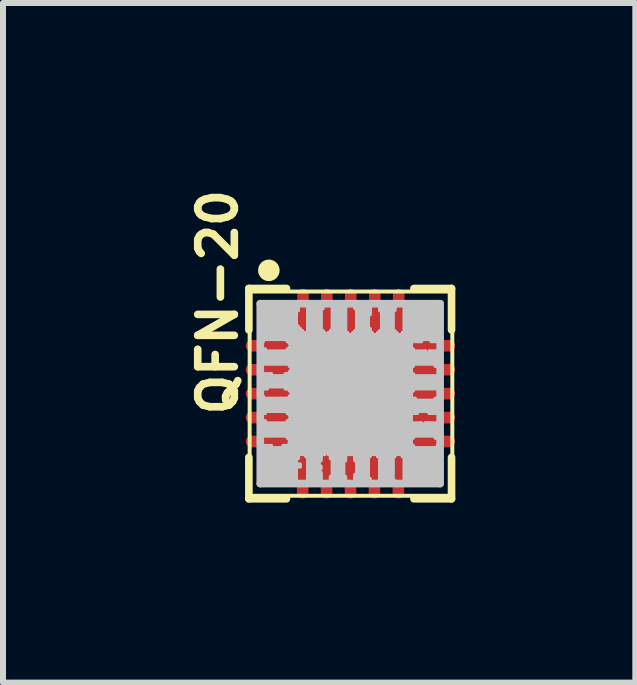
<source format=kicad_pcb>
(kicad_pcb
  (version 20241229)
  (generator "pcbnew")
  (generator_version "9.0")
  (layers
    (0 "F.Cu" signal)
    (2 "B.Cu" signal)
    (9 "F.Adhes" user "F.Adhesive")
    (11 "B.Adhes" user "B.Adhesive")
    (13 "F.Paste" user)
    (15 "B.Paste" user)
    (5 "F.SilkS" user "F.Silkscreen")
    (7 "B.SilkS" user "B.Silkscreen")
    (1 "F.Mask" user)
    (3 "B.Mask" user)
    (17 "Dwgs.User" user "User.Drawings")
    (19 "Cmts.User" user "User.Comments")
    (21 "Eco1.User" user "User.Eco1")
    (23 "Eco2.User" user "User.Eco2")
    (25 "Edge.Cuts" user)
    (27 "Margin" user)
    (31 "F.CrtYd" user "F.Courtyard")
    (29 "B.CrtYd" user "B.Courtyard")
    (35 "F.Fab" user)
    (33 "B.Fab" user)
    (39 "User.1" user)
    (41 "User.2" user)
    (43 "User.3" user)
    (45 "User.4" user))
  (footprint "QFN-20"
    (layer "F.Cu")
    (at 2.787 3.511)
    (property "Reference" "QFN-20" (at -2.207 -1.524 90) (layer "F.SilkS") (effects (font (size 0.61 0.61) (thickness 0.127))))
    (attr smd)
    (fp_line (start -1.689 -1.753) (end -1.062 -1.753) (stroke (width 0.127) (type solid)) (layer "F.SilkS"))
    (fp_line (start -1.689 -1.062) (end -1.689 -1.753) (stroke (width 0.127) (type solid)) (layer "F.SilkS"))
    (fp_line (start -1.689 1.062) (end -1.689 1.753) (stroke (width 0.127) (type solid)) (layer "F.SilkS"))
    (fp_line (start -1.689 1.753) (end -1.062 1.753) (stroke (width 0.127) (type solid)) (layer "F.SilkS"))
    (fp_line (start -1.676 -1.702) (end 1.702 -1.702) (stroke (width 0.066) (type solid)) (layer "F.SilkS"))
    (fp_line (start -1.676 1.702) (end -1.676 -1.702) (stroke (width 0.066) (type solid)) (layer "F.SilkS"))
    (fp_line (start -1.676 1.702) (end 1.702 1.702) (stroke (width 0.066) (type solid)) (layer "F.SilkS"))
    (fp_line (start 1.689 -1.753) (end 1.062 -1.753) (stroke (width 0.127) (type solid)) (layer "F.SilkS"))
    (fp_line (start 1.689 -1.062) (end 1.689 -1.753) (stroke (width 0.127) (type solid)) (layer "F.SilkS"))
    (fp_line (start 1.689 1.062) (end 1.689 1.753) (stroke (width 0.127) (type solid)) (layer "F.SilkS"))
    (fp_line (start 1.689 1.753) (end 1.062 1.753) (stroke (width 0.127) (type solid)) (layer "F.SilkS"))
    (fp_line (start 1.702 1.702) (end 1.702 -1.702) (stroke (width 0.066) (type solid)) (layer "F.SilkS"))
    (fp_circle (center -1.356 -2.055) (end -1.483 -2.182) (stroke (width 0) (type solid)) (fill yes) (layer "F.SilkS"))
    (fp_line (start -1.499 1.499) (end -1.499 -1.499) (stroke (width 0.127) (type solid)) (layer "Dwgs.User"))
    (fp_line (start -1.499 1.499) (end 1.499 1.499) (stroke (width 0.127) (type solid)) (layer "Dwgs.User"))
    (fp_line (start -1.488 -1.458) (end -0.871 -1.458) (stroke (width 0.066) (type solid)) (layer "Dwgs.User"))
    (fp_line (start -1.488 -1.422) (end -1.488 -1.458) (stroke (width 0.066) (type solid)) (layer "Dwgs.User"))
    (fp_line (start -1.488 -1.422) (end -0.871 -1.422) (stroke (width 0.066) (type solid)) (layer "Dwgs.User"))
    (fp_line (start -1.488 -1.422) (end -0.871 -1.422) (stroke (width 0.066) (type solid)) (layer "Dwgs.User"))
    (fp_line (start -1.488 -1.389) (end -1.488 -1.422) (stroke (width 0.066) (type solid)) (layer "Dwgs.User"))
    (fp_line (start -1.488 -1.389) (end -0.907 -1.389) (stroke (width 0.066) (type solid)) (layer "Dwgs.User"))
    (fp_line (start -1.488 -1.389) (end -0.871 -1.389) (stroke (width 0.066) (type solid)) (layer "Dwgs.User"))
    (fp_line (start -1.488 -1.354) (end -1.488 -1.389) (stroke (width 0.066) (type solid)) (layer "Dwgs.User"))
    (fp_line (start -1.488 -1.354) (end -0.907 -1.354) (stroke (width 0.066) (type solid)) (layer "Dwgs.User"))
    (fp_line (start -1.488 -1.354) (end -0.907 -1.354) (stroke (width 0.066) (type solid)) (layer "Dwgs.User"))
    (fp_line (start -1.488 -1.321) (end -1.488 -1.354) (stroke (width 0.066) (type solid)) (layer "Dwgs.User"))
    (fp_line (start -1.488 -1.321) (end -0.907 -1.321) (stroke (width 0.066) (type solid)) (layer "Dwgs.User"))
    (fp_line (start -1.488 -1.321) (end -0.907 -1.321) (stroke (width 0.066) (type solid)) (layer "Dwgs.User"))
    (fp_line (start -1.488 -1.285) (end -1.488 -1.321) (stroke (width 0.066) (type solid)) (layer "Dwgs.User"))
    (fp_line (start -1.488 -1.285) (end -0.907 -1.285) (stroke (width 0.066) (type solid)) (layer "Dwgs.User"))
    (fp_line (start -1.488 -1.285) (end -0.907 -1.285) (stroke (width 0.066) (type solid)) (layer "Dwgs.User"))
    (fp_line (start -1.488 -1.252) (end -1.488 -1.285) (stroke (width 0.066) (type solid)) (layer "Dwgs.User"))
    (fp_line (start -1.488 -1.252) (end -0.907 -1.252) (stroke (width 0.066) (type solid)) (layer "Dwgs.User"))
    (fp_line (start -1.488 -1.252) (end -0.907 -1.252) (stroke (width 0.066) (type solid)) (layer "Dwgs.User"))
    (fp_line (start -1.488 -1.217) (end -1.488 -1.252) (stroke (width 0.066) (type solid)) (layer "Dwgs.User"))
    (fp_line (start -1.488 -1.217) (end -0.907 -1.217) (stroke (width 0.066) (type solid)) (layer "Dwgs.User"))
    (fp_line (start -1.488 -1.217) (end -0.907 -1.217) (stroke (width 0.066) (type solid)) (layer "Dwgs.User"))
    (fp_line (start -1.488 -1.184) (end -1.488 -1.217) (stroke (width 0.066) (type solid)) (layer "Dwgs.User"))
    (fp_line (start -1.488 -1.184) (end -0.907 -1.184) (stroke (width 0.066) (type solid)) (layer "Dwgs.User"))
    (fp_line (start -1.488 -1.184) (end -0.907 -1.184) (stroke (width 0.066) (type solid)) (layer "Dwgs.User"))
    (fp_line (start -1.488 -1.148) (end -1.488 -1.184) (stroke (width 0.066) (type solid)) (layer "Dwgs.User"))
    (fp_line (start -1.488 -1.148) (end -0.907 -1.148) (stroke (width 0.066) (type solid)) (layer "Dwgs.User"))
    (fp_line (start -1.488 -1.148) (end -0.907 -1.148) (stroke (width 0.066) (type solid)) (layer "Dwgs.User"))
    (fp_line (start -1.488 -1.115) (end -1.488 -1.148) (stroke (width 0.066) (type solid)) (layer "Dwgs.User"))
    (fp_line (start -1.488 -1.115) (end -0.907 -1.115) (stroke (width 0.066) (type solid)) (layer "Dwgs.User"))
    (fp_line (start -1.488 -1.115) (end -0.871 -1.115) (stroke (width 0.066) (type solid)) (layer "Dwgs.User"))
    (fp_line (start -1.488 -1.079) (end -1.488 -1.115) (stroke (width 0.066) (type solid)) (layer "Dwgs.User"))
    (fp_line (start -1.488 -1.079) (end -0.871 -1.079) (stroke (width 0.066) (type solid)) (layer "Dwgs.User"))
    (fp_line (start -1.488 -1.079) (end -0.838 -1.079) (stroke (width 0.066) (type solid)) (layer "Dwgs.User"))
    (fp_line (start -1.488 -1.046) (end -1.488 -1.079) (stroke (width 0.066) (type solid)) (layer "Dwgs.User"))
    (fp_line (start -1.488 -1.046) (end -0.838 -1.046) (stroke (width 0.066) (type solid)) (layer "Dwgs.User"))
    (fp_line (start -1.488 -1.046) (end -0.803 -1.046) (stroke (width 0.066) (type solid)) (layer "Dwgs.User"))
    (fp_line (start -1.488 -1.011) (end -1.488 -1.046) (stroke (width 0.066) (type solid)) (layer "Dwgs.User"))
    (fp_line (start -1.488 -1.011) (end -0.803 -1.011) (stroke (width 0.066) (type solid)) (layer "Dwgs.User"))
    (fp_line (start -1.488 -1.011) (end -0.427 -1.011) (stroke (width 0.066) (type solid)) (layer "Dwgs.User"))
    (fp_line (start -1.488 -0.978) (end -1.488 -1.011) (stroke (width 0.066) (type solid)) (layer "Dwgs.User"))
    (fp_line (start -1.488 -0.978) (end -0.427 -0.978) (stroke (width 0.066) (type solid)) (layer "Dwgs.User"))
    (fp_line (start -1.488 -0.978) (end 1.491 -0.978) (stroke (width 0.066) (type solid)) (layer "Dwgs.User"))
    (fp_line (start -1.488 -0.942) (end -1.488 -0.978) (stroke (width 0.066) (type solid)) (layer "Dwgs.User"))
    (fp_line (start -1.488 -0.942) (end 1.491 -0.942) (stroke (width 0.066) (type solid)) (layer "Dwgs.User"))
    (fp_line (start -1.488 -0.909) (end -1.455 -0.909) (stroke (width 0.066) (type solid)) (layer "Dwgs.User"))
    (fp_line (start -1.488 -0.874) (end -1.488 -0.909) (stroke (width 0.066) (type solid)) (layer "Dwgs.User"))
    (fp_line (start -1.488 -0.874) (end -1.455 -0.874) (stroke (width 0.066) (type solid)) (layer "Dwgs.User"))
    (fp_line (start -1.488 -0.737) (end -1.42 -0.737) (stroke (width 0.066) (type solid)) (layer "Dwgs.User"))
    (fp_line (start -1.488 -0.704) (end -1.488 -0.737) (stroke (width 0.066) (type solid)) (layer "Dwgs.User"))
    (fp_line (start -1.488 -0.704) (end -1.42 -0.704) (stroke (width 0.066) (type solid)) (layer "Dwgs.User"))
    (fp_line (start -1.488 -0.704) (end 1.252 -0.704) (stroke (width 0.066) (type solid)) (layer "Dwgs.User"))
    (fp_line (start -1.488 -0.668) (end -1.488 -0.704) (stroke (width 0.066) (type solid)) (layer "Dwgs.User"))
    (fp_line (start -1.488 -0.668) (end 1.252 -0.668) (stroke (width 0.066) (type solid)) (layer "Dwgs.User"))
    (fp_line (start -1.488 -0.668) (end 1.491 -0.668) (stroke (width 0.066) (type solid)) (layer "Dwgs.User"))
    (fp_line (start -1.488 -0.635) (end -1.488 -0.668) (stroke (width 0.066) (type solid)) (layer "Dwgs.User"))
    (fp_line (start -1.488 -0.635) (end 1.458 -0.635) (stroke (width 0.066) (type solid)) (layer "Dwgs.User"))
    (fp_line (start -1.488 -0.635) (end 1.491 -0.635) (stroke (width 0.066) (type solid)) (layer "Dwgs.User"))
    (fp_line (start -1.488 -0.599) (end -1.488 -0.635) (stroke (width 0.066) (type solid)) (layer "Dwgs.User"))
    (fp_line (start -1.488 -0.599) (end 1.458 -0.599) (stroke (width 0.066) (type solid)) (layer "Dwgs.User"))
    (fp_line (start -1.488 -0.599) (end 1.491 -0.599) (stroke (width 0.066) (type solid)) (layer "Dwgs.User"))
    (fp_line (start -1.488 -0.566) (end -1.488 -0.599) (stroke (width 0.066) (type solid)) (layer "Dwgs.User"))
    (fp_line (start -1.488 -0.566) (end 1.491 -0.566) (stroke (width 0.066) (type solid)) (layer "Dwgs.User"))
    (fp_line (start -1.488 -0.566) (end 1.491 -0.566) (stroke (width 0.066) (type solid)) (layer "Dwgs.User"))
    (fp_line (start -1.488 -0.531) (end -1.488 -0.566) (stroke (width 0.066) (type solid)) (layer "Dwgs.User"))
    (fp_line (start -1.488 -0.531) (end 1.491 -0.531) (stroke (width 0.066) (type solid)) (layer "Dwgs.User"))
    (fp_line (start -1.488 -0.531) (end 1.491 -0.531) (stroke (width 0.066) (type solid)) (layer "Dwgs.User"))
    (fp_line (start -1.488 -0.498) (end -1.488 -0.531) (stroke (width 0.066) (type solid)) (layer "Dwgs.User"))
    (fp_line (start -1.488 -0.498) (end 1.491 -0.498) (stroke (width 0.066) (type solid)) (layer "Dwgs.User"))
    (fp_line (start -1.488 -0.325) (end -1.318 -0.325) (stroke (width 0.066) (type solid)) (layer "Dwgs.User"))
    (fp_line (start -1.488 -0.292) (end -1.488 -0.325) (stroke (width 0.066) (type solid)) (layer "Dwgs.User"))
    (fp_line (start -1.488 -0.292) (end -1.318 -0.292) (stroke (width 0.066) (type solid)) (layer "Dwgs.User"))
    (fp_line (start -1.488 -0.292) (end 1.491 -0.292) (stroke (width 0.066) (type solid)) (layer "Dwgs.User"))
    (fp_line (start -1.488 -0.257) (end -1.488 -0.292) (stroke (width 0.066) (type solid)) (layer "Dwgs.User"))
    (fp_line (start -1.488 -0.257) (end 1.491 -0.257) (stroke (width 0.066) (type solid)) (layer "Dwgs.User"))
    (fp_line (start -1.488 -0.257) (end 1.491 -0.257) (stroke (width 0.066) (type solid)) (layer "Dwgs.User"))
    (fp_line (start -1.488 -0.224) (end -1.488 -0.257) (stroke (width 0.066) (type solid)) (layer "Dwgs.User"))
    (fp_line (start -1.488 -0.224) (end 1.491 -0.224) (stroke (width 0.066) (type solid)) (layer "Dwgs.User"))
    (fp_line (start -1.488 -0.224) (end 1.491 -0.224) (stroke (width 0.066) (type solid)) (layer "Dwgs.User"))
    (fp_line (start -1.488 -0.188) (end -1.488 -0.224) (stroke (width 0.066) (type solid)) (layer "Dwgs.User"))
    (fp_line (start -1.488 -0.188) (end 1.491 -0.188) (stroke (width 0.066) (type solid)) (layer "Dwgs.User"))
    (fp_line (start -1.488 -0.188) (end 1.491 -0.188) (stroke (width 0.066) (type solid)) (layer "Dwgs.User"))
    (fp_line (start -1.488 -0.155) (end -1.488 -0.188) (stroke (width 0.066) (type solid)) (layer "Dwgs.User"))
    (fp_line (start -1.488 -0.155) (end 1.491 -0.155) (stroke (width 0.066) (type solid)) (layer "Dwgs.User"))
    (fp_line (start -1.488 -0.155) (end 1.491 -0.155) (stroke (width 0.066) (type solid)) (layer "Dwgs.User"))
    (fp_line (start -1.488 -0.119) (end -1.488 -0.155) (stroke (width 0.066) (type solid)) (layer "Dwgs.User"))
    (fp_line (start -1.488 -0.119) (end -1.387 -0.119) (stroke (width 0.066) (type solid)) (layer "Dwgs.User"))
    (fp_line (start -1.488 -0.119) (end 1.491 -0.119) (stroke (width 0.066) (type solid)) (layer "Dwgs.User"))
    (fp_line (start -1.488 -0.086) (end -1.488 -0.119) (stroke (width 0.066) (type solid)) (layer "Dwgs.User"))
    (fp_line (start -1.488 -0.086) (end -1.387 -0.086) (stroke (width 0.066) (type solid)) (layer "Dwgs.User"))
    (fp_line (start -1.488 0.048) (end -1.455 0.048) (stroke (width 0.066) (type solid)) (layer "Dwgs.User"))
    (fp_line (start -1.488 0.084) (end -1.488 0.048) (stroke (width 0.066) (type solid)) (layer "Dwgs.User"))
    (fp_line (start -1.488 0.084) (end -1.455 0.084) (stroke (width 0.066) (type solid)) (layer "Dwgs.User"))
    (fp_line (start -1.488 0.084) (end 1.079 0.084) (stroke (width 0.066) (type solid)) (layer "Dwgs.User"))
    (fp_line (start -1.488 0.117) (end -1.488 0.084) (stroke (width 0.066) (type solid)) (layer "Dwgs.User"))
    (fp_line (start -1.488 0.117) (end 1.079 0.117) (stroke (width 0.066) (type solid)) (layer "Dwgs.User"))
    (fp_line (start -1.488 0.117) (end 1.491 0.117) (stroke (width 0.066) (type solid)) (layer "Dwgs.User"))
    (fp_line (start -1.488 0.152) (end -1.488 0.117) (stroke (width 0.066) (type solid)) (layer "Dwgs.User"))
    (fp_line (start -1.488 0.152) (end 1.491 0.152) (stroke (width 0.066) (type solid)) (layer "Dwgs.User"))
    (fp_line (start -1.488 0.152) (end 1.491 0.152) (stroke (width 0.066) (type solid)) (layer "Dwgs.User"))
    (fp_line (start -1.488 0.185) (end -1.488 0.152) (stroke (width 0.066) (type solid)) (layer "Dwgs.User"))
    (fp_line (start -1.488 0.185) (end 1.491 0.185) (stroke (width 0.066) (type solid)) (layer "Dwgs.User"))
    (fp_line (start -1.488 0.185) (end 1.491 0.185) (stroke (width 0.066) (type solid)) (layer "Dwgs.User"))
    (fp_line (start -1.488 0.221) (end -1.488 0.185) (stroke (width 0.066) (type solid)) (layer "Dwgs.User"))
    (fp_line (start -1.488 0.221) (end 1.491 0.221) (stroke (width 0.066) (type solid)) (layer "Dwgs.User"))
    (fp_line (start -1.488 0.221) (end 1.491 0.221) (stroke (width 0.066) (type solid)) (layer "Dwgs.User"))
    (fp_line (start -1.488 0.254) (end -1.488 0.221) (stroke (width 0.066) (type solid)) (layer "Dwgs.User"))
    (fp_line (start -1.488 0.254) (end 1.491 0.254) (stroke (width 0.066) (type solid)) (layer "Dwgs.User"))
    (fp_line (start -1.488 0.254) (end 1.491 0.254) (stroke (width 0.066) (type solid)) (layer "Dwgs.User"))
    (fp_line (start -1.488 0.29) (end -1.488 0.254) (stroke (width 0.066) (type solid)) (layer "Dwgs.User"))
    (fp_line (start -1.488 0.29) (end 1.491 0.29) (stroke (width 0.066) (type solid)) (layer "Dwgs.User"))
    (fp_line (start -1.488 0.46) (end -1.42 0.46) (stroke (width 0.066) (type solid)) (layer "Dwgs.User"))
    (fp_line (start -1.488 0.495) (end -1.488 0.46) (stroke (width 0.066) (type solid)) (layer "Dwgs.User"))
    (fp_line (start -1.488 0.495) (end -1.42 0.495) (stroke (width 0.066) (type solid)) (layer "Dwgs.User"))
    (fp_line (start -1.488 0.495) (end 1.184 0.495) (stroke (width 0.066) (type solid)) (layer "Dwgs.User"))
    (fp_line (start -1.488 0.528) (end -1.488 0.495) (stroke (width 0.066) (type solid)) (layer "Dwgs.User"))
    (fp_line (start -1.488 0.528) (end 1.184 0.528) (stroke (width 0.066) (type solid)) (layer "Dwgs.User"))
    (fp_line (start -1.488 0.528) (end 1.491 0.528) (stroke (width 0.066) (type solid)) (layer "Dwgs.User"))
    (fp_line (start -1.488 0.564) (end -1.488 0.528) (stroke (width 0.066) (type solid)) (layer "Dwgs.User"))
    (fp_line (start -1.488 0.564) (end 1.491 0.564) (stroke (width 0.066) (type solid)) (layer "Dwgs.User"))
    (fp_line (start -1.488 0.564) (end 1.491 0.564) (stroke (width 0.066) (type solid)) (layer "Dwgs.User"))
    (fp_line (start -1.488 0.597) (end -1.488 0.564) (stroke (width 0.066) (type solid)) (layer "Dwgs.User"))
    (fp_line (start -1.488 0.597) (end 1.491 0.597) (stroke (width 0.066) (type solid)) (layer "Dwgs.User"))
    (fp_line (start -1.488 0.597) (end 1.491 0.597) (stroke (width 0.066) (type solid)) (layer "Dwgs.User"))
    (fp_line (start -1.488 0.632) (end -1.488 0.597) (stroke (width 0.066) (type solid)) (layer "Dwgs.User"))
    (fp_line (start -1.488 0.632) (end 1.491 0.632) (stroke (width 0.066) (type solid)) (layer "Dwgs.User"))
    (fp_line (start -1.488 0.632) (end 1.491 0.632) (stroke (width 0.066) (type solid)) (layer "Dwgs.User"))
    (fp_line (start -1.488 0.665) (end -1.488 0.632) (stroke (width 0.066) (type solid)) (layer "Dwgs.User"))
    (fp_line (start -1.488 0.665) (end 1.491 0.665) (stroke (width 0.066) (type solid)) (layer "Dwgs.User"))
    (fp_line (start -1.488 0.665) (end 1.491 0.665) (stroke (width 0.066) (type solid)) (layer "Dwgs.User"))
    (fp_line (start -1.488 0.701) (end -1.488 0.665) (stroke (width 0.066) (type solid)) (layer "Dwgs.User"))
    (fp_line (start -1.488 0.701) (end 1.491 0.701) (stroke (width 0.066) (type solid)) (layer "Dwgs.User"))
    (fp_line (start -1.488 0.871) (end -1.318 0.871) (stroke (width 0.066) (type solid)) (layer "Dwgs.User"))
    (fp_line (start -1.488 0.907) (end -1.488 0.871) (stroke (width 0.066) (type solid)) (layer "Dwgs.User"))
    (fp_line (start -1.488 0.907) (end -1.318 0.907) (stroke (width 0.066) (type solid)) (layer "Dwgs.User"))
    (fp_line (start -1.488 0.907) (end 1.491 0.907) (stroke (width 0.066) (type solid)) (layer "Dwgs.User"))
    (fp_line (start -1.488 0.94) (end -1.488 0.907) (stroke (width 0.066) (type solid)) (layer "Dwgs.User"))
    (fp_line (start -1.488 0.94) (end 1.491 0.94) (stroke (width 0.066) (type solid)) (layer "Dwgs.User"))
    (fp_line (start -1.488 0.94) (end 1.491 0.94) (stroke (width 0.066) (type solid)) (layer "Dwgs.User"))
    (fp_line (start -1.488 0.975) (end -1.488 0.94) (stroke (width 0.066) (type solid)) (layer "Dwgs.User"))
    (fp_line (start -1.488 0.975) (end -0.427 0.975) (stroke (width 0.066) (type solid)) (layer "Dwgs.User"))
    (fp_line (start -1.488 0.975) (end 1.491 0.975) (stroke (width 0.066) (type solid)) (layer "Dwgs.User"))
    (fp_line (start -1.488 1.008) (end -1.488 0.975) (stroke (width 0.066) (type solid)) (layer "Dwgs.User"))
    (fp_line (start -1.488 1.008) (end -0.871 1.008) (stroke (width 0.066) (type solid)) (layer "Dwgs.User"))
    (fp_line (start -1.488 1.008) (end -0.427 1.008) (stroke (width 0.066) (type solid)) (layer "Dwgs.User"))
    (fp_line (start -1.488 1.044) (end -1.488 1.008) (stroke (width 0.066) (type solid)) (layer "Dwgs.User"))
    (fp_line (start -1.488 1.044) (end -0.871 1.044) (stroke (width 0.066) (type solid)) (layer "Dwgs.User"))
    (fp_line (start -1.488 1.044) (end -0.871 1.044) (stroke (width 0.066) (type solid)) (layer "Dwgs.User"))
    (fp_line (start -1.488 1.077) (end -1.488 1.044) (stroke (width 0.066) (type solid)) (layer "Dwgs.User"))
    (fp_line (start -1.488 1.077) (end -0.907 1.077) (stroke (width 0.066) (type solid)) (layer "Dwgs.User"))
    (fp_line (start -1.488 1.077) (end -0.871 1.077) (stroke (width 0.066) (type solid)) (layer "Dwgs.User"))
    (fp_line (start -1.488 1.113) (end -1.488 1.077) (stroke (width 0.066) (type solid)) (layer "Dwgs.User"))
    (fp_line (start -1.488 1.113) (end -0.907 1.113) (stroke (width 0.066) (type solid)) (layer "Dwgs.User"))
    (fp_line (start -1.488 1.113) (end -0.907 1.113) (stroke (width 0.066) (type solid)) (layer "Dwgs.User"))
    (fp_line (start -1.488 1.146) (end -1.488 1.113) (stroke (width 0.066) (type solid)) (layer "Dwgs.User"))
    (fp_line (start -1.488 1.146) (end -0.907 1.146) (stroke (width 0.066) (type solid)) (layer "Dwgs.User"))
    (fp_line (start -1.488 1.146) (end -0.907 1.146) (stroke (width 0.066) (type solid)) (layer "Dwgs.User"))
    (fp_line (start -1.488 1.181) (end -1.488 1.146) (stroke (width 0.066) (type solid)) (layer "Dwgs.User"))
    (fp_line (start -1.488 1.181) (end -0.907 1.181) (stroke (width 0.066) (type solid)) (layer "Dwgs.User"))
    (fp_line (start -1.488 1.181) (end -0.907 1.181) (stroke (width 0.066) (type solid)) (layer "Dwgs.User"))
    (fp_line (start -1.488 1.214) (end -1.488 1.181) (stroke (width 0.066) (type solid)) (layer "Dwgs.User"))
    (fp_line (start -1.488 1.214) (end -0.907 1.214) (stroke (width 0.066) (type solid)) (layer "Dwgs.User"))
    (fp_line (start -1.488 1.214) (end -0.907 1.214) (stroke (width 0.066) (type solid)) (layer "Dwgs.User"))
    (fp_line (start -1.488 1.25) (end -1.488 1.214) (stroke (width 0.066) (type solid)) (layer "Dwgs.User"))
    (fp_line (start -1.488 1.25) (end -0.907 1.25) (stroke (width 0.066) (type solid)) (layer "Dwgs.User"))
    (fp_line (start -1.488 1.25) (end -0.907 1.25) (stroke (width 0.066) (type solid)) (layer "Dwgs.User"))
    (fp_line (start -1.488 1.283) (end -1.488 1.25) (stroke (width 0.066) (type solid)) (layer "Dwgs.User"))
    (fp_line (start -1.488 1.283) (end -0.907 1.283) (stroke (width 0.066) (type solid)) (layer "Dwgs.User"))
    (fp_line (start -1.488 1.283) (end -0.907 1.283) (stroke (width 0.066) (type solid)) (layer "Dwgs.User"))
    (fp_line (start -1.488 1.318) (end -1.488 1.283) (stroke (width 0.066) (type solid)) (layer "Dwgs.User"))
    (fp_line (start -1.488 1.318) (end -0.907 1.318) (stroke (width 0.066) (type solid)) (layer "Dwgs.User"))
    (fp_line (start -1.488 1.318) (end -0.907 1.318) (stroke (width 0.066) (type solid)) (layer "Dwgs.User"))
    (fp_line (start -1.488 1.351) (end -1.488 1.318) (stroke (width 0.066) (type solid)) (layer "Dwgs.User"))
    (fp_line (start -1.488 1.351) (end -0.907 1.351) (stroke (width 0.066) (type solid)) (layer "Dwgs.User"))
    (fp_line (start -1.488 1.351) (end -0.907 1.351) (stroke (width 0.066) (type solid)) (layer "Dwgs.User"))
    (fp_line (start -1.488 1.387) (end -1.488 1.351) (stroke (width 0.066) (type solid)) (layer "Dwgs.User"))
    (fp_line (start -1.488 1.387) (end -0.907 1.387) (stroke (width 0.066) (type solid)) (layer "Dwgs.User"))
    (fp_line (start -1.488 1.387) (end -0.907 1.387) (stroke (width 0.066) (type solid)) (layer "Dwgs.User"))
    (fp_line (start -1.488 1.42) (end -1.488 1.387) (stroke (width 0.066) (type solid)) (layer "Dwgs.User"))
    (fp_line (start -1.488 1.42) (end -0.907 1.42) (stroke (width 0.066) (type solid)) (layer "Dwgs.User"))
    (fp_line (start -1.488 1.42) (end -0.907 1.42) (stroke (width 0.066) (type solid)) (layer "Dwgs.User"))
    (fp_line (start -1.488 1.455) (end -1.488 1.42) (stroke (width 0.066) (type solid)) (layer "Dwgs.User"))
    (fp_line (start -1.488 1.455) (end -0.907 1.455) (stroke (width 0.066) (type solid)) (layer "Dwgs.User"))
    (fp_line (start -1.488 1.455) (end -0.907 1.455) (stroke (width 0.066) (type solid)) (layer "Dwgs.User"))
    (fp_line (start -1.488 1.488) (end -1.488 1.455) (stroke (width 0.066) (type solid)) (layer "Dwgs.User"))
    (fp_line (start -1.488 1.488) (end -0.907 1.488) (stroke (width 0.066) (type solid)) (layer "Dwgs.User"))
    (fp_line (start -1.455 -0.942) (end 1.491 -0.942) (stroke (width 0.066) (type solid)) (layer "Dwgs.User"))
    (fp_line (start -1.455 -0.909) (end -1.455 -0.942) (stroke (width 0.066) (type solid)) (layer "Dwgs.User"))
    (fp_line (start -1.455 -0.909) (end 1.491 -0.909) (stroke (width 0.066) (type solid)) (layer "Dwgs.User"))
    (fp_line (start -1.455 -0.874) (end -1.455 -0.909) (stroke (width 0.066) (type solid)) (layer "Dwgs.User"))
    (fp_line (start -1.455 0.084) (end -1.455 0.048) (stroke (width 0.066) (type solid)) (layer "Dwgs.User"))
    (fp_line (start -1.455 0.29) (end -1.42 0.29) (stroke (width 0.066) (type solid)) (layer "Dwgs.User"))
    (fp_line (start -1.455 0.323) (end -1.455 0.29) (stroke (width 0.066) (type solid)) (layer "Dwgs.User"))
    (fp_line (start -1.455 0.323) (end -1.42 0.323) (stroke (width 0.066) (type solid)) (layer "Dwgs.User"))
    (fp_line (start -1.42 -0.704) (end -1.42 -0.737) (stroke (width 0.066) (type solid)) (layer "Dwgs.User"))
    (fp_line (start -1.42 0.323) (end -1.42 0.29) (stroke (width 0.066) (type solid)) (layer "Dwgs.User"))
    (fp_line (start -1.42 0.495) (end -1.42 0.46) (stroke (width 0.066) (type solid)) (layer "Dwgs.User"))
    (fp_line (start -1.387 -0.086) (end -1.387 -0.119) (stroke (width 0.066) (type solid)) (layer "Dwgs.User"))
    (fp_line (start -1.318 -0.292) (end -1.318 -0.325) (stroke (width 0.066) (type solid)) (layer "Dwgs.User"))
    (fp_line (start -1.318 0.907) (end -1.318 0.871) (stroke (width 0.066) (type solid)) (layer "Dwgs.User"))
    (fp_line (start -1.113 0.871) (end 1.046 0.871) (stroke (width 0.066) (type solid)) (layer "Dwgs.User"))
    (fp_line (start -1.113 0.907) (end -1.113 0.871) (stroke (width 0.066) (type solid)) (layer "Dwgs.User"))
    (fp_line (start -1.113 0.907) (end 1.046 0.907) (stroke (width 0.066) (type solid)) (layer "Dwgs.User"))
    (fp_line (start -1.077 -0.325) (end 1.046 -0.325) (stroke (width 0.066) (type solid)) (layer "Dwgs.User"))
    (fp_line (start -1.077 -0.292) (end -1.077 -0.325) (stroke (width 0.066) (type solid)) (layer "Dwgs.User"))
    (fp_line (start -1.077 -0.292) (end 1.046 -0.292) (stroke (width 0.066) (type solid)) (layer "Dwgs.User"))
    (fp_line (start -1.077 -0.119) (end 1.458 -0.119) (stroke (width 0.066) (type solid)) (layer "Dwgs.User"))
    (fp_line (start -1.077 -0.086) (end -1.077 -0.119) (stroke (width 0.066) (type solid)) (layer "Dwgs.User"))
    (fp_line (start -1.077 -0.086) (end 1.458 -0.086) (stroke (width 0.066) (type solid)) (layer "Dwgs.User"))
    (fp_line (start -1.044 -0.909) (end 1.184 -0.909) (stroke (width 0.066) (type solid)) (layer "Dwgs.User"))
    (fp_line (start -1.044 -0.874) (end -1.044 -0.909) (stroke (width 0.066) (type solid)) (layer "Dwgs.User"))
    (fp_line (start -1.044 -0.874) (end 1.184 -0.874) (stroke (width 0.066) (type solid)) (layer "Dwgs.User"))
    (fp_line (start -1.044 -0.737) (end 1.046 -0.737) (stroke (width 0.066) (type solid)) (layer "Dwgs.User"))
    (fp_line (start -1.044 -0.704) (end -1.044 -0.737) (stroke (width 0.066) (type solid)) (layer "Dwgs.User"))
    (fp_line (start -1.044 -0.704) (end 1.046 -0.704) (stroke (width 0.066) (type solid)) (layer "Dwgs.User"))
    (fp_line (start -1.044 0.29) (end 1.115 0.29) (stroke (width 0.066) (type solid)) (layer "Dwgs.User"))
    (fp_line (start -1.044 0.323) (end -1.044 0.29) (stroke (width 0.066) (type solid)) (layer "Dwgs.User"))
    (fp_line (start -1.044 0.323) (end 1.115 0.323) (stroke (width 0.066) (type solid)) (layer "Dwgs.User"))
    (fp_line (start -1.044 0.46) (end 1.011 0.46) (stroke (width 0.066) (type solid)) (layer "Dwgs.User"))
    (fp_line (start -1.044 0.495) (end -1.044 0.46) (stroke (width 0.066) (type solid)) (layer "Dwgs.User"))
    (fp_line (start -1.044 0.495) (end 1.011 0.495) (stroke (width 0.066) (type solid)) (layer "Dwgs.User"))
    (fp_line (start -1.044 0.701) (end 1.046 0.701) (stroke (width 0.066) (type solid)) (layer "Dwgs.User"))
    (fp_line (start -1.044 0.734) (end -1.044 0.701) (stroke (width 0.066) (type solid)) (layer "Dwgs.User"))
    (fp_line (start -1.044 0.734) (end 1.046 0.734) (stroke (width 0.066) (type solid)) (layer "Dwgs.User"))
    (fp_line (start -1.008 -0.874) (end 1.011 -0.874) (stroke (width 0.066) (type solid)) (layer "Dwgs.User"))
    (fp_line (start -1.008 -0.841) (end -1.008 -0.874) (stroke (width 0.066) (type solid)) (layer "Dwgs.User"))
    (fp_line (start -1.008 -0.841) (end 1.011 -0.841) (stroke (width 0.066) (type solid)) (layer "Dwgs.User"))
    (fp_line (start -1.008 -0.772) (end 1.011 -0.772) (stroke (width 0.066) (type solid)) (layer "Dwgs.User"))
    (fp_line (start -1.008 -0.737) (end -1.008 -0.772) (stroke (width 0.066) (type solid)) (layer "Dwgs.User"))
    (fp_line (start -1.008 -0.737) (end 1.011 -0.737) (stroke (width 0.066) (type solid)) (layer "Dwgs.User"))
    (fp_line (start -1.008 -0.498) (end 1.046 -0.498) (stroke (width 0.066) (type solid)) (layer "Dwgs.User"))
    (fp_line (start -1.008 -0.462) (end -1.008 -0.498) (stroke (width 0.066) (type solid)) (layer "Dwgs.User"))
    (fp_line (start -1.008 -0.462) (end 1.046 -0.462) (stroke (width 0.066) (type solid)) (layer "Dwgs.User"))
    (fp_line (start -1.008 -0.361) (end 1.011 -0.361) (stroke (width 0.066) (type solid)) (layer "Dwgs.User"))
    (fp_line (start -1.008 -0.325) (end -1.008 -0.361) (stroke (width 0.066) (type solid)) (layer "Dwgs.User"))
    (fp_line (start -1.008 -0.325) (end 1.011 -0.325) (stroke (width 0.066) (type solid)) (layer "Dwgs.User"))
    (fp_line (start -1.008 -0.086) (end 1.046 -0.086) (stroke (width 0.066) (type solid)) (layer "Dwgs.User"))
    (fp_line (start -1.008 -0.051) (end -1.008 -0.086) (stroke (width 0.066) (type solid)) (layer "Dwgs.User"))
    (fp_line (start -1.008 -0.051) (end 1.046 -0.051) (stroke (width 0.066) (type solid)) (layer "Dwgs.User"))
    (fp_line (start -1.008 0.048) (end 1.011 0.048) (stroke (width 0.066) (type solid)) (layer "Dwgs.User"))
    (fp_line (start -1.008 0.084) (end -1.008 0.048) (stroke (width 0.066) (type solid)) (layer "Dwgs.User"))
    (fp_line (start -1.008 0.084) (end 1.011 0.084) (stroke (width 0.066) (type solid)) (layer "Dwgs.User"))
    (fp_line (start -1.008 0.323) (end 1.011 0.323) (stroke (width 0.066) (type solid)) (layer "Dwgs.User"))
    (fp_line (start -1.008 0.358) (end -1.008 0.323) (stroke (width 0.066) (type solid)) (layer "Dwgs.User"))
    (fp_line (start -1.008 0.358) (end 1.011 0.358) (stroke (width 0.066) (type solid)) (layer "Dwgs.User"))
    (fp_line (start -1.008 0.427) (end 1.011 0.427) (stroke (width 0.066) (type solid)) (layer "Dwgs.User"))
    (fp_line (start -1.008 0.46) (end -1.008 0.427) (stroke (width 0.066) (type solid)) (layer "Dwgs.User"))
    (fp_line (start -1.008 0.46) (end 1.011 0.46) (stroke (width 0.066) (type solid)) (layer "Dwgs.User"))
    (fp_line (start -1.008 0.734) (end 1.011 0.734) (stroke (width 0.066) (type solid)) (layer "Dwgs.User"))
    (fp_line (start -1.008 0.77) (end -1.008 0.734) (stroke (width 0.066) (type solid)) (layer "Dwgs.User"))
    (fp_line (start -1.008 0.77) (end 1.011 0.77) (stroke (width 0.066) (type solid)) (layer "Dwgs.User"))
    (fp_line (start -1.008 0.803) (end 1.011 0.803) (stroke (width 0.066) (type solid)) (layer "Dwgs.User"))
    (fp_line (start -1.008 0.838) (end -1.008 0.803) (stroke (width 0.066) (type solid)) (layer "Dwgs.User"))
    (fp_line (start -1.008 0.838) (end 1.011 0.838) (stroke (width 0.066) (type solid)) (layer "Dwgs.User"))
    (fp_line (start -1.008 0.838) (end 1.011 0.838) (stroke (width 0.066) (type solid)) (layer "Dwgs.User"))
    (fp_line (start -1.008 0.871) (end -1.008 0.838) (stroke (width 0.066) (type solid)) (layer "Dwgs.User"))
    (fp_line (start -1.008 0.871) (end 1.011 0.871) (stroke (width 0.066) (type solid)) (layer "Dwgs.User"))
    (fp_line (start -0.975 -0.841) (end 1.011 -0.841) (stroke (width 0.066) (type solid)) (layer "Dwgs.User"))
    (fp_line (start -0.975 -0.805) (end -0.975 -0.841) (stroke (width 0.066) (type solid)) (layer "Dwgs.User"))
    (fp_line (start -0.975 -0.805) (end 1.011 -0.805) (stroke (width 0.066) (type solid)) (layer "Dwgs.User"))
    (fp_line (start -0.975 -0.805) (end 1.011 -0.805) (stroke (width 0.066) (type solid)) (layer "Dwgs.User"))
    (fp_line (start -0.975 -0.772) (end -0.975 -0.805) (stroke (width 0.066) (type solid)) (layer "Dwgs.User"))
    (fp_line (start -0.975 -0.772) (end 1.011 -0.772) (stroke (width 0.066) (type solid)) (layer "Dwgs.User"))
    (fp_line (start -0.975 -0.462) (end 1.011 -0.462) (stroke (width 0.066) (type solid)) (layer "Dwgs.User"))
    (fp_line (start -0.975 -0.429) (end -0.975 -0.462) (stroke (width 0.066) (type solid)) (layer "Dwgs.User"))
    (fp_line (start -0.975 -0.429) (end 1.011 -0.429) (stroke (width 0.066) (type solid)) (layer "Dwgs.User"))
    (fp_line (start -0.975 -0.429) (end 1.011 -0.429) (stroke (width 0.066) (type solid)) (layer "Dwgs.User"))
    (fp_line (start -0.975 -0.394) (end -0.975 -0.429) (stroke (width 0.066) (type solid)) (layer "Dwgs.User"))
    (fp_line (start -0.975 -0.394) (end 1.011 -0.394) (stroke (width 0.066) (type solid)) (layer "Dwgs.User"))
    (fp_line (start -0.975 -0.394) (end 1.011 -0.394) (stroke (width 0.066) (type solid)) (layer "Dwgs.User"))
    (fp_line (start -0.975 -0.361) (end -0.975 -0.394) (stroke (width 0.066) (type solid)) (layer "Dwgs.User"))
    (fp_line (start -0.975 -0.361) (end 1.011 -0.361) (stroke (width 0.066) (type solid)) (layer "Dwgs.User"))
    (fp_line (start -0.975 -0.051) (end 1.011 -0.051) (stroke (width 0.066) (type solid)) (layer "Dwgs.User"))
    (fp_line (start -0.975 -0.018) (end -0.975 -0.051) (stroke (width 0.066) (type solid)) (layer "Dwgs.User"))
    (fp_line (start -0.975 -0.018) (end 1.011 -0.018) (stroke (width 0.066) (type solid)) (layer "Dwgs.User"))
    (fp_line (start -0.975 -0.018) (end 1.011 -0.018) (stroke (width 0.066) (type solid)) (layer "Dwgs.User"))
    (fp_line (start -0.975 0.015) (end -0.975 -0.018) (stroke (width 0.066) (type solid)) (layer "Dwgs.User"))
    (fp_line (start -0.975 0.015) (end 1.011 0.015) (stroke (width 0.066) (type solid)) (layer "Dwgs.User"))
    (fp_line (start -0.975 0.015) (end 1.011 0.015) (stroke (width 0.066) (type solid)) (layer "Dwgs.User"))
    (fp_line (start -0.975 0.048) (end -0.975 0.015) (stroke (width 0.066) (type solid)) (layer "Dwgs.User"))
    (fp_line (start -0.975 0.048) (end 1.011 0.048) (stroke (width 0.066) (type solid)) (layer "Dwgs.User"))
    (fp_line (start -0.975 0.358) (end 1.011 0.358) (stroke (width 0.066) (type solid)) (layer "Dwgs.User"))
    (fp_line (start -0.975 0.391) (end -0.975 0.358) (stroke (width 0.066) (type solid)) (layer "Dwgs.User"))
    (fp_line (start -0.975 0.391) (end 0.978 0.391) (stroke (width 0.066) (type solid)) (layer "Dwgs.User"))
    (fp_line (start -0.975 0.391) (end 1.011 0.391) (stroke (width 0.066) (type solid)) (layer "Dwgs.User"))
    (fp_line (start -0.975 0.427) (end -0.975 0.391) (stroke (width 0.066) (type solid)) (layer "Dwgs.User"))
    (fp_line (start -0.975 0.427) (end 0.978 0.427) (stroke (width 0.066) (type solid)) (layer "Dwgs.User"))
    (fp_line (start -0.975 0.77) (end 1.011 0.77) (stroke (width 0.066) (type solid)) (layer "Dwgs.User"))
    (fp_line (start -0.975 0.803) (end -0.975 0.77) (stroke (width 0.066) (type solid)) (layer "Dwgs.User"))
    (fp_line (start -0.975 0.803) (end 1.011 0.803) (stroke (width 0.066) (type solid)) (layer "Dwgs.User"))
    (fp_line (start -0.907 -1.354) (end -0.907 -1.389) (stroke (width 0.066) (type solid)) (layer "Dwgs.User"))
    (fp_line (start -0.907 -1.321) (end -0.907 -1.354) (stroke (width 0.066) (type solid)) (layer "Dwgs.User"))
    (fp_line (start -0.907 -1.285) (end -0.907 -1.321) (stroke (width 0.066) (type solid)) (layer "Dwgs.User"))
    (fp_line (start -0.907 -1.252) (end -0.907 -1.285) (stroke (width 0.066) (type solid)) (layer "Dwgs.User"))
    (fp_line (start -0.907 -1.217) (end -0.907 -1.252) (stroke (width 0.066) (type solid)) (layer "Dwgs.User"))
    (fp_line (start -0.907 -1.184) (end -0.907 -1.217) (stroke (width 0.066) (type solid)) (layer "Dwgs.User"))
    (fp_line (start -0.907 -1.148) (end -0.907 -1.184) (stroke (width 0.066) (type solid)) (layer "Dwgs.User"))
    (fp_line (start -0.907 -1.115) (end -0.907 -1.148) (stroke (width 0.066) (type solid)) (layer "Dwgs.User"))
    (fp_line (start -0.907 1.113) (end -0.907 1.077) (stroke (width 0.066) (type solid)) (layer "Dwgs.User"))
    (fp_line (start -0.907 1.146) (end -0.907 1.113) (stroke (width 0.066) (type solid)) (layer "Dwgs.User"))
    (fp_line (start -0.907 1.181) (end -0.907 1.146) (stroke (width 0.066) (type solid)) (layer "Dwgs.User"))
    (fp_line (start -0.907 1.214) (end -0.907 1.181) (stroke (width 0.066) (type solid)) (layer "Dwgs.User"))
    (fp_line (start -0.907 1.25) (end -0.907 1.214) (stroke (width 0.066) (type solid)) (layer "Dwgs.User"))
    (fp_line (start -0.907 1.283) (end -0.907 1.25) (stroke (width 0.066) (type solid)) (layer "Dwgs.User"))
    (fp_line (start -0.907 1.318) (end -0.907 1.283) (stroke (width 0.066) (type solid)) (layer "Dwgs.User"))
    (fp_line (start -0.907 1.351) (end -0.907 1.318) (stroke (width 0.066) (type solid)) (layer "Dwgs.User"))
    (fp_line (start -0.907 1.387) (end -0.907 1.351) (stroke (width 0.066) (type solid)) (layer "Dwgs.User"))
    (fp_line (start -0.907 1.42) (end -0.907 1.387) (stroke (width 0.066) (type solid)) (layer "Dwgs.User"))
    (fp_line (start -0.907 1.455) (end -0.907 1.42) (stroke (width 0.066) (type solid)) (layer "Dwgs.User"))
    (fp_line (start -0.907 1.488) (end -0.907 1.455) (stroke (width 0.066) (type solid)) (layer "Dwgs.User"))
    (fp_line (start -0.871 -1.422) (end -0.871 -1.458) (stroke (width 0.066) (type solid)) (layer "Dwgs.User"))
    (fp_line (start -0.871 -1.389) (end -0.871 -1.422) (stroke (width 0.066) (type solid)) (layer "Dwgs.User"))
    (fp_line (start -0.871 -1.079) (end -0.871 -1.115) (stroke (width 0.066) (type solid)) (layer "Dwgs.User"))
    (fp_line (start -0.871 1.044) (end -0.871 1.008) (stroke (width 0.066) (type solid)) (layer "Dwgs.User"))
    (fp_line (start -0.871 1.077) (end -0.871 1.044) (stroke (width 0.066) (type solid)) (layer "Dwgs.User"))
    (fp_line (start -0.871 1.181) (end -0.838 1.181) (stroke (width 0.066) (type solid)) (layer "Dwgs.User"))
    (fp_line (start -0.871 1.214) (end -0.871 1.181) (stroke (width 0.066) (type solid)) (layer "Dwgs.User"))
    (fp_line (start -0.871 1.214) (end -0.838 1.214) (stroke (width 0.066) (type solid)) (layer "Dwgs.User"))
    (fp_line (start -0.838 -1.046) (end -0.838 -1.079) (stroke (width 0.066) (type solid)) (layer "Dwgs.User"))
    (fp_line (start -0.838 1.214) (end -0.838 1.181) (stroke (width 0.066) (type solid)) (layer "Dwgs.User"))
    (fp_line (start -0.803 -1.011) (end -0.803 -1.046) (stroke (width 0.066) (type solid)) (layer "Dwgs.User"))
    (fp_line (start -0.734 1.008) (end -0.495 1.008) (stroke (width 0.066) (type solid)) (layer "Dwgs.User"))
    (fp_line (start -0.734 1.044) (end -0.734 1.008) (stroke (width 0.066) (type solid)) (layer "Dwgs.User"))
    (fp_line (start -0.734 1.044) (end -0.495 1.044) (stroke (width 0.066) (type solid)) (layer "Dwgs.User"))
    (fp_line (start -0.701 -1.458) (end -0.46 -1.458) (stroke (width 0.066) (type solid)) (layer "Dwgs.User"))
    (fp_line (start -0.701 -1.422) (end -0.701 -1.458) (stroke (width 0.066) (type solid)) (layer "Dwgs.User"))
    (fp_line (start -0.701 -1.422) (end -0.495 -1.422) (stroke (width 0.066) (type solid)) (layer "Dwgs.User"))
    (fp_line (start -0.701 -1.422) (end -0.46 -1.422) (stroke (width 0.066) (type solid)) (layer "Dwgs.User"))
    (fp_line (start -0.701 -1.389) (end -0.701 -1.422) (stroke (width 0.066) (type solid)) (layer "Dwgs.User"))
    (fp_line (start -0.701 -1.389) (end -0.495 -1.389) (stroke (width 0.066) (type solid)) (layer "Dwgs.User"))
    (fp_line (start -0.701 -1.389) (end -0.495 -1.389) (stroke (width 0.066) (type solid)) (layer "Dwgs.User"))
    (fp_line (start -0.701 -1.354) (end -0.701 -1.389) (stroke (width 0.066) (type solid)) (layer "Dwgs.User"))
    (fp_line (start -0.701 -1.354) (end -0.495 -1.354) (stroke (width 0.066) (type solid)) (layer "Dwgs.User"))
    (fp_line (start -0.701 -1.354) (end -0.495 -1.354) (stroke (width 0.066) (type solid)) (layer "Dwgs.User"))
    (fp_line (start -0.701 -1.321) (end -0.701 -1.354) (stroke (width 0.066) (type solid)) (layer "Dwgs.User"))
    (fp_line (start -0.701 -1.321) (end -0.495 -1.321) (stroke (width 0.066) (type solid)) (layer "Dwgs.User"))
    (fp_line (start -0.701 -1.321) (end -0.495 -1.321) (stroke (width 0.066) (type solid)) (layer "Dwgs.User"))
    (fp_line (start -0.701 -1.285) (end -0.701 -1.321) (stroke (width 0.066) (type solid)) (layer "Dwgs.User"))
    (fp_line (start -0.701 -1.285) (end -0.495 -1.285) (stroke (width 0.066) (type solid)) (layer "Dwgs.User"))
    (fp_line (start -0.701 -1.285) (end -0.495 -1.285) (stroke (width 0.066) (type solid)) (layer "Dwgs.User"))
    (fp_line (start -0.701 -1.252) (end -0.701 -1.285) (stroke (width 0.066) (type solid)) (layer "Dwgs.User"))
    (fp_line (start -0.701 -1.252) (end -0.495 -1.252) (stroke (width 0.066) (type solid)) (layer "Dwgs.User"))
    (fp_line (start -0.701 -1.252) (end -0.495 -1.252) (stroke (width 0.066) (type solid)) (layer "Dwgs.User"))
    (fp_line (start -0.701 -1.217) (end -0.701 -1.252) (stroke (width 0.066) (type solid)) (layer "Dwgs.User"))
    (fp_line (start -0.701 -1.217) (end -0.495 -1.217) (stroke (width 0.066) (type solid)) (layer "Dwgs.User"))
    (fp_line (start -0.701 -1.217) (end -0.495 -1.217) (stroke (width 0.066) (type solid)) (layer "Dwgs.User"))
    (fp_line (start -0.701 -1.184) (end -0.701 -1.217) (stroke (width 0.066) (type solid)) (layer "Dwgs.User"))
    (fp_line (start -0.701 -1.184) (end -0.495 -1.184) (stroke (width 0.066) (type solid)) (layer "Dwgs.User"))
    (fp_line (start -0.701 -1.184) (end -0.495 -1.184) (stroke (width 0.066) (type solid)) (layer "Dwgs.User"))
    (fp_line (start -0.701 -1.148) (end -0.701 -1.184) (stroke (width 0.066) (type solid)) (layer "Dwgs.User"))
    (fp_line (start -0.701 -1.148) (end -0.495 -1.148) (stroke (width 0.066) (type solid)) (layer "Dwgs.User"))
    (fp_line (start -0.701 -1.148) (end -0.495 -1.148) (stroke (width 0.066) (type solid)) (layer "Dwgs.User"))
    (fp_line (start -0.701 -1.115) (end -0.701 -1.148) (stroke (width 0.066) (type solid)) (layer "Dwgs.User"))
    (fp_line (start -0.701 -1.115) (end -0.495 -1.115) (stroke (width 0.066) (type solid)) (layer "Dwgs.User"))
    (fp_line (start -0.701 -1.115) (end -0.495 -1.115) (stroke (width 0.066) (type solid)) (layer "Dwgs.User"))
    (fp_line (start -0.701 -1.079) (end -0.701 -1.115) (stroke (width 0.066) (type solid)) (layer "Dwgs.User"))
    (fp_line (start -0.701 -1.079) (end -0.495 -1.079) (stroke (width 0.066) (type solid)) (layer "Dwgs.User"))
    (fp_line (start -0.701 -1.079) (end -0.495 -1.079) (stroke (width 0.066) (type solid)) (layer "Dwgs.User"))
    (fp_line (start -0.701 -1.046) (end -0.701 -1.079) (stroke (width 0.066) (type solid)) (layer "Dwgs.User"))
    (fp_line (start -0.701 -1.046) (end -0.495 -1.046) (stroke (width 0.066) (type solid)) (layer "Dwgs.User"))
    (fp_line (start -0.701 -1.046) (end -0.46 -1.046) (stroke (width 0.066) (type solid)) (layer "Dwgs.User"))
    (fp_line (start -0.701 -1.011) (end -0.701 -1.046) (stroke (width 0.066) (type solid)) (layer "Dwgs.User"))
    (fp_line (start -0.701 -1.011) (end -0.46 -1.011) (stroke (width 0.066) (type solid)) (layer "Dwgs.User"))
    (fp_line (start -0.701 1.044) (end -0.495 1.044) (stroke (width 0.066) (type solid)) (layer "Dwgs.User"))
    (fp_line (start -0.701 1.077) (end -0.701 1.044) (stroke (width 0.066) (type solid)) (layer "Dwgs.User"))
    (fp_line (start -0.701 1.077) (end -0.495 1.077) (stroke (width 0.066) (type solid)) (layer "Dwgs.User"))
    (fp_line (start -0.701 1.077) (end -0.495 1.077) (stroke (width 0.066) (type solid)) (layer "Dwgs.User"))
    (fp_line (start -0.701 1.113) (end -0.701 1.077) (stroke (width 0.066) (type solid)) (layer "Dwgs.User"))
    (fp_line (start -0.701 1.113) (end -0.528 1.113) (stroke (width 0.066) (type solid)) (layer "Dwgs.User"))
    (fp_line (start -0.701 1.113) (end -0.495 1.113) (stroke (width 0.066) (type solid)) (layer "Dwgs.User"))
    (fp_line (start -0.701 1.146) (end -0.701 1.113) (stroke (width 0.066) (type solid)) (layer "Dwgs.User"))
    (fp_line (start -0.701 1.146) (end -0.528 1.146) (stroke (width 0.066) (type solid)) (layer "Dwgs.User"))
    (fp_line (start -0.701 1.146) (end -0.528 1.146) (stroke (width 0.066) (type solid)) (layer "Dwgs.User"))
    (fp_line (start -0.701 1.181) (end -0.701 1.146) (stroke (width 0.066) (type solid)) (layer "Dwgs.User"))
    (fp_line (start -0.701 1.181) (end -0.528 1.181) (stroke (width 0.066) (type solid)) (layer "Dwgs.User"))
    (fp_line (start -0.701 1.181) (end -0.528 1.181) (stroke (width 0.066) (type solid)) (layer "Dwgs.User"))
    (fp_line (start -0.701 1.214) (end -0.701 1.181) (stroke (width 0.066) (type solid)) (layer "Dwgs.User"))
    (fp_line (start -0.701 1.214) (end -0.528 1.214) (stroke (width 0.066) (type solid)) (layer "Dwgs.User"))
    (fp_line (start -0.701 1.214) (end -0.495 1.214) (stroke (width 0.066) (type solid)) (layer "Dwgs.User"))
    (fp_line (start -0.701 1.25) (end -0.701 1.214) (stroke (width 0.066) (type solid)) (layer "Dwgs.User"))
    (fp_line (start -0.701 1.25) (end -0.528 1.25) (stroke (width 0.066) (type solid)) (layer "Dwgs.User"))
    (fp_line (start -0.701 1.25) (end -0.495 1.25) (stroke (width 0.066) (type solid)) (layer "Dwgs.User"))
    (fp_line (start -0.701 1.283) (end -0.701 1.25) (stroke (width 0.066) (type solid)) (layer "Dwgs.User"))
    (fp_line (start -0.701 1.283) (end -0.528 1.283) (stroke (width 0.066) (type solid)) (layer "Dwgs.User"))
    (fp_line (start -0.701 1.283) (end -0.528 1.283) (stroke (width 0.066) (type solid)) (layer "Dwgs.User"))
    (fp_line (start -0.701 1.318) (end -0.701 1.283) (stroke (width 0.066) (type solid)) (layer "Dwgs.User"))
    (fp_line (start -0.701 1.318) (end -0.528 1.318) (stroke (width 0.066) (type solid)) (layer "Dwgs.User"))
    (fp_line (start -0.701 1.318) (end -0.495 1.318) (stroke (width 0.066) (type solid)) (layer "Dwgs.User"))
    (fp_line (start -0.701 1.351) (end -0.701 1.318) (stroke (width 0.066) (type solid)) (layer "Dwgs.User"))
    (fp_line (start -0.701 1.351) (end -0.495 1.351) (stroke (width 0.066) (type solid)) (layer "Dwgs.User"))
    (fp_line (start -0.701 1.351) (end -0.495 1.351) (stroke (width 0.066) (type solid)) (layer "Dwgs.User"))
    (fp_line (start -0.701 1.387) (end -0.701 1.351) (stroke (width 0.066) (type solid)) (layer "Dwgs.User"))
    (fp_line (start -0.701 1.387) (end -0.495 1.387) (stroke (width 0.066) (type solid)) (layer "Dwgs.User"))
    (fp_line (start -0.701 1.387) (end -0.495 1.387) (stroke (width 0.066) (type solid)) (layer "Dwgs.User"))
    (fp_line (start -0.701 1.42) (end -0.701 1.387) (stroke (width 0.066) (type solid)) (layer "Dwgs.User"))
    (fp_line (start -0.701 1.42) (end -0.495 1.42) (stroke (width 0.066) (type solid)) (layer "Dwgs.User"))
    (fp_line (start -0.701 1.42) (end -0.495 1.42) (stroke (width 0.066) (type solid)) (layer "Dwgs.User"))
    (fp_line (start -0.701 1.455) (end -0.701 1.42) (stroke (width 0.066) (type solid)) (layer "Dwgs.User"))
    (fp_line (start -0.701 1.455) (end -0.495 1.455) (stroke (width 0.066) (type solid)) (layer "Dwgs.User"))
    (fp_line (start -0.701 1.455) (end -0.495 1.455) (stroke (width 0.066) (type solid)) (layer "Dwgs.User"))
    (fp_line (start -0.701 1.488) (end -0.701 1.455) (stroke (width 0.066) (type solid)) (layer "Dwgs.User"))
    (fp_line (start -0.701 1.488) (end -0.495 1.488) (stroke (width 0.066) (type solid)) (layer "Dwgs.User"))
    (fp_line (start -0.528 1.146) (end -0.528 1.113) (stroke (width 0.066) (type solid)) (layer "Dwgs.User"))
    (fp_line (start -0.528 1.181) (end -0.528 1.146) (stroke (width 0.066) (type solid)) (layer "Dwgs.User"))
    (fp_line (start -0.528 1.214) (end -0.528 1.181) (stroke (width 0.066) (type solid)) (layer "Dwgs.User"))
    (fp_line (start -0.528 1.283) (end -0.528 1.25) (stroke (width 0.066) (type solid)) (layer "Dwgs.User"))
    (fp_line (start -0.528 1.318) (end -0.528 1.283) (stroke (width 0.066) (type solid)) (layer "Dwgs.User"))
    (fp_line (start -0.495 -1.389) (end -0.495 -1.422) (stroke (width 0.066) (type solid)) (layer "Dwgs.User"))
    (fp_line (start -0.495 -1.354) (end -0.495 -1.389) (stroke (width 0.066) (type solid)) (layer "Dwgs.User"))
    (fp_line (start -0.495 -1.321) (end -0.495 -1.354) (stroke (width 0.066) (type solid)) (layer "Dwgs.User"))
    (fp_line (start -0.495 -1.285) (end -0.495 -1.321) (stroke (width 0.066) (type solid)) (layer "Dwgs.User"))
    (fp_line (start -0.495 -1.252) (end -0.495 -1.285) (stroke (width 0.066) (type solid)) (layer "Dwgs.User"))
    (fp_line (start -0.495 -1.217) (end -0.495 -1.252) (stroke (width 0.066) (type solid)) (layer "Dwgs.User"))
    (fp_line (start -0.495 -1.184) (end -0.495 -1.217) (stroke (width 0.066) (type solid)) (layer "Dwgs.User"))
    (fp_line (start -0.495 -1.148) (end -0.495 -1.184) (stroke (width 0.066) (type solid)) (layer "Dwgs.User"))
    (fp_line (start -0.495 -1.115) (end -0.495 -1.148) (stroke (width 0.066) (type solid)) (layer "Dwgs.User"))
    (fp_line (start -0.495 -1.079) (end -0.495 -1.115) (stroke (width 0.066) (type solid)) (layer "Dwgs.User"))
    (fp_line (start -0.495 -1.046) (end -0.495 -1.079) (stroke (width 0.066) (type solid)) (layer "Dwgs.User"))
    (fp_line (start -0.495 1.044) (end -0.495 1.008) (stroke (width 0.066) (type solid)) (layer "Dwgs.User"))
    (fp_line (start -0.495 1.077) (end -0.495 1.044) (stroke (width 0.066) (type solid)) (layer "Dwgs.User"))
    (fp_line (start -0.495 1.113) (end -0.495 1.077) (stroke (width 0.066) (type solid)) (layer "Dwgs.User"))
    (fp_line (start -0.495 1.25) (end -0.495 1.214) (stroke (width 0.066) (type solid)) (layer "Dwgs.User"))
    (fp_line (start -0.495 1.351) (end -0.495 1.318) (stroke (width 0.066) (type solid)) (layer "Dwgs.User"))
    (fp_line (start -0.495 1.387) (end -0.495 1.351) (stroke (width 0.066) (type solid)) (layer "Dwgs.User"))
    (fp_line (start -0.495 1.42) (end -0.495 1.387) (stroke (width 0.066) (type solid)) (layer "Dwgs.User"))
    (fp_line (start -0.495 1.455) (end -0.495 1.42) (stroke (width 0.066) (type solid)) (layer "Dwgs.User"))
    (fp_line (start -0.495 1.488) (end -0.495 1.455) (stroke (width 0.066) (type solid)) (layer "Dwgs.User"))
    (fp_line (start -0.46 -1.422) (end -0.46 -1.458) (stroke (width 0.066) (type solid)) (layer "Dwgs.User"))
    (fp_line (start -0.46 -1.011) (end -0.46 -1.046) (stroke (width 0.066) (type solid)) (layer "Dwgs.User"))
    (fp_line (start -0.427 -0.978) (end -0.427 -1.011) (stroke (width 0.066) (type solid)) (layer "Dwgs.User"))
    (fp_line (start -0.427 1.008) (end -0.427 0.975) (stroke (width 0.066) (type solid)) (layer "Dwgs.User"))
    (fp_line (start -0.358 -1.011) (end -0.048 -1.011) (stroke (width 0.066) (type solid)) (layer "Dwgs.User"))
    (fp_line (start -0.358 -0.978) (end -0.358 -1.011) (stroke (width 0.066) (type solid)) (layer "Dwgs.User"))
    (fp_line (start -0.358 -0.978) (end -0.048 -0.978) (stroke (width 0.066) (type solid)) (layer "Dwgs.User"))
    (fp_line (start -0.358 0.975) (end -0.015 0.975) (stroke (width 0.066) (type solid)) (layer "Dwgs.User"))
    (fp_line (start -0.358 1.008) (end -0.358 0.975) (stroke (width 0.066) (type solid)) (layer "Dwgs.User"))
    (fp_line (start -0.358 1.008) (end -0.015 1.008) (stroke (width 0.066) (type solid)) (layer "Dwgs.User"))
    (fp_line (start -0.323 -1.046) (end -0.084 -1.046) (stroke (width 0.066) (type solid)) (layer "Dwgs.User"))
    (fp_line (start -0.323 -1.011) (end -0.323 -1.046) (stroke (width 0.066) (type solid)) (layer "Dwgs.User"))
    (fp_line (start -0.323 -1.011) (end -0.084 -1.011) (stroke (width 0.066) (type solid)) (layer "Dwgs.User"))
    (fp_line (start -0.323 1.008) (end -0.084 1.008) (stroke (width 0.066) (type solid)) (layer "Dwgs.User"))
    (fp_line (start -0.323 1.044) (end -0.323 1.008) (stroke (width 0.066) (type solid)) (layer "Dwgs.User"))
    (fp_line (start -0.323 1.044) (end -0.084 1.044) (stroke (width 0.066) (type solid)) (layer "Dwgs.User"))
    (fp_line (start -0.323 1.044) (end -0.084 1.044) (stroke (width 0.066) (type solid)) (layer "Dwgs.User"))
    (fp_line (start -0.323 1.077) (end -0.323 1.044) (stroke (width 0.066) (type solid)) (layer "Dwgs.User"))
    (fp_line (start -0.323 1.077) (end -0.084 1.077) (stroke (width 0.066) (type solid)) (layer "Dwgs.User"))
    (fp_line (start -0.323 1.387) (end -0.084 1.387) (stroke (width 0.066) (type solid)) (layer "Dwgs.User"))
    (fp_line (start -0.323 1.42) (end -0.323 1.387) (stroke (width 0.066) (type solid)) (layer "Dwgs.User"))
    (fp_line (start -0.323 1.42) (end -0.084 1.42) (stroke (width 0.066) (type solid)) (layer "Dwgs.User"))
    (fp_line (start -0.323 1.42) (end -0.084 1.42) (stroke (width 0.066) (type solid)) (layer "Dwgs.User"))
    (fp_line (start -0.323 1.455) (end -0.323 1.42) (stroke (width 0.066) (type solid)) (layer "Dwgs.User"))
    (fp_line (start -0.323 1.455) (end -0.084 1.455) (stroke (width 0.066) (type solid)) (layer "Dwgs.User"))
    (fp_line (start -0.323 1.455) (end -0.084 1.455) (stroke (width 0.066) (type solid)) (layer "Dwgs.User"))
    (fp_line (start -0.323 1.488) (end -0.323 1.455) (stroke (width 0.066) (type solid)) (layer "Dwgs.User"))
    (fp_line (start -0.323 1.488) (end -0.084 1.488) (stroke (width 0.066) (type solid)) (layer "Dwgs.User"))
    (fp_line (start -0.29 -1.458) (end -0.084 -1.458) (stroke (width 0.066) (type solid)) (layer "Dwgs.User"))
    (fp_line (start -0.29 -1.422) (end -0.29 -1.458) (stroke (width 0.066) (type solid)) (layer "Dwgs.User"))
    (fp_line (start -0.29 -1.422) (end -0.084 -1.422) (stroke (width 0.066) (type solid)) (layer "Dwgs.User"))
    (fp_line (start -0.29 -1.422) (end -0.084 -1.422) (stroke (width 0.066) (type solid)) (layer "Dwgs.User"))
    (fp_line (start -0.29 -1.389) (end -0.29 -1.422) (stroke (width 0.066) (type solid)) (layer "Dwgs.User"))
    (fp_line (start -0.29 -1.389) (end -0.084 -1.389) (stroke (width 0.066) (type solid)) (layer "Dwgs.User"))
    (fp_line (start -0.29 -1.389) (end -0.084 -1.389) (stroke (width 0.066) (type solid)) (layer "Dwgs.User"))
    (fp_line (start -0.29 -1.354) (end -0.29 -1.389) (stroke (width 0.066) (type solid)) (layer "Dwgs.User"))
    (fp_line (start -0.29 -1.354) (end -0.084 -1.354) (stroke (width 0.066) (type solid)) (layer "Dwgs.User"))
    (fp_line (start -0.29 -1.354) (end -0.084 -1.354) (stroke (width 0.066) (type solid)) (layer "Dwgs.User"))
    (fp_line (start -0.29 -1.321) (end -0.29 -1.354) (stroke (width 0.066) (type solid)) (layer "Dwgs.User"))
    (fp_line (start -0.29 -1.321) (end -0.084 -1.321) (stroke (width 0.066) (type solid)) (layer "Dwgs.User"))
    (fp_line (start -0.29 -1.321) (end -0.084 -1.321) (stroke (width 0.066) (type solid)) (layer "Dwgs.User"))
    (fp_line (start -0.29 -1.285) (end -0.29 -1.321) (stroke (width 0.066) (type solid)) (layer "Dwgs.User"))
    (fp_line (start -0.29 -1.285) (end -0.084 -1.285) (stroke (width 0.066) (type solid)) (layer "Dwgs.User"))
    (fp_line (start -0.29 -1.285) (end -0.084 -1.285) (stroke (width 0.066) (type solid)) (layer "Dwgs.User"))
    (fp_line (start -0.29 -1.252) (end -0.29 -1.285) (stroke (width 0.066) (type solid)) (layer "Dwgs.User"))
    (fp_line (start -0.29 -1.252) (end -0.084 -1.252) (stroke (width 0.066) (type solid)) (layer "Dwgs.User"))
    (fp_line (start -0.29 -1.252) (end -0.084 -1.252) (stroke (width 0.066) (type solid)) (layer "Dwgs.User"))
    (fp_line (start -0.29 -1.217) (end -0.29 -1.252) (stroke (width 0.066) (type solid)) (layer "Dwgs.User"))
    (fp_line (start -0.29 -1.217) (end -0.084 -1.217) (stroke (width 0.066) (type solid)) (layer "Dwgs.User"))
    (fp_line (start -0.29 -1.217) (end -0.084 -1.217) (stroke (width 0.066) (type solid)) (layer "Dwgs.User"))
    (fp_line (start -0.29 -1.184) (end -0.29 -1.217) (stroke (width 0.066) (type solid)) (layer "Dwgs.User"))
    (fp_line (start -0.29 -1.184) (end -0.084 -1.184) (stroke (width 0.066) (type solid)) (layer "Dwgs.User"))
    (fp_line (start -0.29 -1.184) (end -0.084 -1.184) (stroke (width 0.066) (type solid)) (layer "Dwgs.User"))
    (fp_line (start -0.29 -1.148) (end -0.29 -1.184) (stroke (width 0.066) (type solid)) (layer "Dwgs.User"))
    (fp_line (start -0.29 -1.148) (end -0.084 -1.148) (stroke (width 0.066) (type solid)) (layer "Dwgs.User"))
    (fp_line (start -0.29 -1.148) (end -0.084 -1.148) (stroke (width 0.066) (type solid)) (layer "Dwgs.User"))
    (fp_line (start -0.29 -1.115) (end -0.29 -1.148) (stroke (width 0.066) (type solid)) (layer "Dwgs.User"))
    (fp_line (start -0.29 -1.115) (end -0.084 -1.115) (stroke (width 0.066) (type solid)) (layer "Dwgs.User"))
    (fp_line (start -0.29 -1.115) (end -0.084 -1.115) (stroke (width 0.066) (type solid)) (layer "Dwgs.User"))
    (fp_line (start -0.29 -1.079) (end -0.29 -1.115) (stroke (width 0.066) (type solid)) (layer "Dwgs.User"))
    (fp_line (start -0.29 -1.079) (end -0.084 -1.079) (stroke (width 0.066) (type solid)) (layer "Dwgs.User"))
    (fp_line (start -0.29 -1.079) (end -0.084 -1.079) (stroke (width 0.066) (type solid)) (layer "Dwgs.User"))
    (fp_line (start -0.29 -1.046) (end -0.29 -1.079) (stroke (width 0.066) (type solid)) (layer "Dwgs.User"))
    (fp_line (start -0.29 -1.046) (end -0.084 -1.046) (stroke (width 0.066) (type solid)) (layer "Dwgs.User"))
    (fp_line (start -0.29 1.077) (end -0.084 1.077) (stroke (width 0.066) (type solid)) (layer "Dwgs.User"))
    (fp_line (start -0.29 1.113) (end -0.29 1.077) (stroke (width 0.066) (type solid)) (layer "Dwgs.User"))
    (fp_line (start -0.29 1.113) (end -0.117 1.113) (stroke (width 0.066) (type solid)) (layer "Dwgs.User"))
    (fp_line (start -0.29 1.113) (end -0.084 1.113) (stroke (width 0.066) (type solid)) (layer "Dwgs.User"))
    (fp_line (start -0.29 1.146) (end -0.29 1.113) (stroke (width 0.066) (type solid)) (layer "Dwgs.User"))
    (fp_line (start -0.29 1.146) (end -0.117 1.146) (stroke (width 0.066) (type solid)) (layer "Dwgs.User"))
    (fp_line (start -0.29 1.146) (end -0.117 1.146) (stroke (width 0.066) (type solid)) (layer "Dwgs.User"))
    (fp_line (start -0.29 1.181) (end -0.29 1.146) (stroke (width 0.066) (type solid)) (layer "Dwgs.User"))
    (fp_line (start -0.29 1.181) (end -0.117 1.181) (stroke (width 0.066) (type solid)) (layer "Dwgs.User"))
    (fp_line (start -0.29 1.181) (end -0.117 1.181) (stroke (width 0.066) (type solid)) (layer "Dwgs.User"))
    (fp_line (start -0.29 1.214) (end -0.29 1.181) (stroke (width 0.066) (type solid)) (layer "Dwgs.User"))
    (fp_line (start -0.29 1.214) (end -0.117 1.214) (stroke (width 0.066) (type solid)) (layer "Dwgs.User"))
    (fp_line (start -0.29 1.214) (end -0.117 1.214) (stroke (width 0.066) (type solid)) (layer "Dwgs.User"))
    (fp_line (start -0.29 1.25) (end -0.29 1.214) (stroke (width 0.066) (type solid)) (layer "Dwgs.User"))
    (fp_line (start -0.29 1.25) (end -0.117 1.25) (stroke (width 0.066) (type solid)) (layer "Dwgs.User"))
    (fp_line (start -0.29 1.25) (end -0.117 1.25) (stroke (width 0.066) (type solid)) (layer "Dwgs.User"))
    (fp_line (start -0.29 1.283) (end -0.29 1.25) (stroke (width 0.066) (type solid)) (layer "Dwgs.User"))
    (fp_line (start -0.29 1.283) (end -0.117 1.283) (stroke (width 0.066) (type solid)) (layer "Dwgs.User"))
    (fp_line (start -0.29 1.283) (end -0.117 1.283) (stroke (width 0.066) (type solid)) (layer "Dwgs.User"))
    (fp_line (start -0.29 1.318) (end -0.29 1.283) (stroke (width 0.066) (type solid)) (layer "Dwgs.User"))
    (fp_line (start -0.29 1.318) (end -0.117 1.318) (stroke (width 0.066) (type solid)) (layer "Dwgs.User"))
    (fp_line (start -0.29 1.318) (end -0.117 1.318) (stroke (width 0.066) (type solid)) (layer "Dwgs.User"))
    (fp_line (start -0.29 1.351) (end -0.29 1.318) (stroke (width 0.066) (type solid)) (layer "Dwgs.User"))
    (fp_line (start -0.29 1.351) (end -0.117 1.351) (stroke (width 0.066) (type solid)) (layer "Dwgs.User"))
    (fp_line (start -0.29 1.351) (end -0.117 1.351) (stroke (width 0.066) (type solid)) (layer "Dwgs.User"))
    (fp_line (start -0.29 1.387) (end -0.29 1.351) (stroke (width 0.066) (type solid)) (layer "Dwgs.User"))
    (fp_line (start -0.29 1.387) (end -0.117 1.387) (stroke (width 0.066) (type solid)) (layer "Dwgs.User"))
    (fp_line (start -0.117 1.146) (end -0.117 1.113) (stroke (width 0.066) (type solid)) (layer "Dwgs.User"))
    (fp_line (start -0.117 1.181) (end -0.117 1.146) (stroke (width 0.066) (type solid)) (layer "Dwgs.User"))
    (fp_line (start -0.117 1.214) (end -0.117 1.181) (stroke (width 0.066) (type solid)) (layer "Dwgs.User"))
    (fp_line (start -0.117 1.25) (end -0.117 1.214) (stroke (width 0.066) (type solid)) (layer "Dwgs.User"))
    (fp_line (start -0.117 1.283) (end -0.117 1.25) (stroke (width 0.066) (type solid)) (layer "Dwgs.User"))
    (fp_line (start -0.117 1.318) (end -0.117 1.283) (stroke (width 0.066) (type solid)) (layer "Dwgs.User"))
    (fp_line (start -0.117 1.351) (end -0.117 1.318) (stroke (width 0.066) (type solid)) (layer "Dwgs.User"))
    (fp_line (start -0.117 1.387) (end -0.117 1.351) (stroke (width 0.066) (type solid)) (layer "Dwgs.User"))
    (fp_line (start -0.084 -1.422) (end -0.084 -1.458) (stroke (width 0.066) (type solid)) (layer "Dwgs.User"))
    (fp_line (start -0.084 -1.389) (end -0.084 -1.422) (stroke (width 0.066) (type solid)) (layer "Dwgs.User"))
    (fp_line (start -0.084 -1.354) (end -0.084 -1.389) (stroke (width 0.066) (type solid)) (layer "Dwgs.User"))
    (fp_line (start -0.084 -1.321) (end -0.084 -1.354) (stroke (width 0.066) (type solid)) (layer "Dwgs.User"))
    (fp_line (start -0.084 -1.285) (end -0.084 -1.321) (stroke (width 0.066) (type solid)) (layer "Dwgs.User"))
    (fp_line (start -0.084 -1.252) (end -0.084 -1.285) (stroke (width 0.066) (type solid)) (layer "Dwgs.User"))
    (fp_line (start -0.084 -1.217) (end -0.084 -1.252) (stroke (width 0.066) (type solid)) (layer "Dwgs.User"))
    (fp_line (start -0.084 -1.184) (end -0.084 -1.217) (stroke (width 0.066) (type solid)) (layer "Dwgs.User"))
    (fp_line (start -0.084 -1.148) (end -0.084 -1.184) (stroke (width 0.066) (type solid)) (layer "Dwgs.User"))
    (fp_line (start -0.084 -1.115) (end -0.084 -1.148) (stroke (width 0.066) (type solid)) (layer "Dwgs.User"))
    (fp_line (start -0.084 -1.079) (end -0.084 -1.115) (stroke (width 0.066) (type solid)) (layer "Dwgs.User"))
    (fp_line (start -0.084 -1.046) (end -0.084 -1.079) (stroke (width 0.066) (type solid)) (layer "Dwgs.User"))
    (fp_line (start -0.084 -1.011) (end -0.084 -1.046) (stroke (width 0.066) (type solid)) (layer "Dwgs.User"))
    (fp_line (start -0.084 1.044) (end -0.084 1.008) (stroke (width 0.066) (type solid)) (layer "Dwgs.User"))
    (fp_line (start -0.084 1.077) (end -0.084 1.044) (stroke (width 0.066) (type solid)) (layer "Dwgs.User"))
    (fp_line (start -0.084 1.113) (end -0.084 1.077) (stroke (width 0.066) (type solid)) (layer "Dwgs.User"))
    (fp_line (start -0.084 1.42) (end -0.084 1.387) (stroke (width 0.066) (type solid)) (layer "Dwgs.User"))
    (fp_line (start -0.084 1.455) (end -0.084 1.42) (stroke (width 0.066) (type solid)) (layer "Dwgs.User"))
    (fp_line (start -0.084 1.488) (end -0.084 1.455) (stroke (width 0.066) (type solid)) (layer "Dwgs.User"))
    (fp_line (start -0.048 -0.978) (end -0.048 -1.011) (stroke (width 0.066) (type solid)) (layer "Dwgs.User"))
    (fp_line (start -0.015 1.008) (end -0.015 0.975) (stroke (width 0.066) (type solid)) (layer "Dwgs.User"))
    (fp_line (start 0.018 0.975) (end 1.491 0.975) (stroke (width 0.066) (type solid)) (layer "Dwgs.User"))
    (fp_line (start 0.018 1.008) (end 0.018 0.975) (stroke (width 0.066) (type solid)) (layer "Dwgs.User"))
    (fp_line (start 0.018 1.008) (end 1.491 1.008) (stroke (width 0.066) (type solid)) (layer "Dwgs.User"))
    (fp_line (start 0.051 -1.011) (end 0.361 -1.011) (stroke (width 0.066) (type solid)) (layer "Dwgs.User"))
    (fp_line (start 0.051 -0.978) (end 0.051 -1.011) (stroke (width 0.066) (type solid)) (layer "Dwgs.User"))
    (fp_line (start 0.051 -0.978) (end 0.361 -0.978) (stroke (width 0.066) (type solid)) (layer "Dwgs.User"))
    (fp_line (start 0.086 -1.458) (end 0.325 -1.458) (stroke (width 0.066) (type solid)) (layer "Dwgs.User"))
    (fp_line (start 0.086 -1.422) (end 0.086 -1.458) (stroke (width 0.066) (type solid)) (layer "Dwgs.User"))
    (fp_line (start 0.086 -1.422) (end 0.325 -1.422) (stroke (width 0.066) (type solid)) (layer "Dwgs.User"))
    (fp_line (start 0.086 -1.046) (end 0.325 -1.046) (stroke (width 0.066) (type solid)) (layer "Dwgs.User"))
    (fp_line (start 0.086 -1.011) (end 0.086 -1.046) (stroke (width 0.066) (type solid)) (layer "Dwgs.User"))
    (fp_line (start 0.086 -1.011) (end 0.325 -1.011) (stroke (width 0.066) (type solid)) (layer "Dwgs.User"))
    (fp_line (start 0.086 1.008) (end 0.325 1.008) (stroke (width 0.066) (type solid)) (layer "Dwgs.User"))
    (fp_line (start 0.086 1.044) (end 0.086 1.008) (stroke (width 0.066) (type solid)) (layer "Dwgs.User"))
    (fp_line (start 0.086 1.044) (end 0.292 1.044) (stroke (width 0.066) (type solid)) (layer "Dwgs.User"))
    (fp_line (start 0.086 1.044) (end 0.325 1.044) (stroke (width 0.066) (type solid)) (layer "Dwgs.User"))
    (fp_line (start 0.086 1.077) (end 0.086 1.044) (stroke (width 0.066) (type solid)) (layer "Dwgs.User"))
    (fp_line (start 0.086 1.077) (end 0.292 1.077) (stroke (width 0.066) (type solid)) (layer "Dwgs.User"))
    (fp_line (start 0.086 1.077) (end 0.292 1.077) (stroke (width 0.066) (type solid)) (layer "Dwgs.User"))
    (fp_line (start 0.086 1.113) (end 0.086 1.077) (stroke (width 0.066) (type solid)) (layer "Dwgs.User"))
    (fp_line (start 0.086 1.113) (end 0.292 1.113) (stroke (width 0.066) (type solid)) (layer "Dwgs.User"))
    (fp_line (start 0.086 1.351) (end 0.292 1.351) (stroke (width 0.066) (type solid)) (layer "Dwgs.User"))
    (fp_line (start 0.086 1.387) (end 0.086 1.351) (stroke (width 0.066) (type solid)) (layer "Dwgs.User"))
    (fp_line (start 0.086 1.387) (end 0.292 1.387) (stroke (width 0.066) (type solid)) (layer "Dwgs.User"))
    (fp_line (start 0.086 1.387) (end 0.292 1.387) (stroke (width 0.066) (type solid)) (layer "Dwgs.User"))
    (fp_line (start 0.086 1.42) (end 0.086 1.387) (stroke (width 0.066) (type solid)) (layer "Dwgs.User"))
    (fp_line (start 0.086 1.42) (end 0.292 1.42) (stroke (width 0.066) (type solid)) (layer "Dwgs.User"))
    (fp_line (start 0.086 1.42) (end 0.325 1.42) (stroke (width 0.066) (type solid)) (layer "Dwgs.User"))
    (fp_line (start 0.086 1.455) (end 0.086 1.42) (stroke (width 0.066) (type solid)) (layer "Dwgs.User"))
    (fp_line (start 0.086 1.455) (end 0.325 1.455) (stroke (width 0.066) (type solid)) (layer "Dwgs.User"))
    (fp_line (start 0.086 1.455) (end 0.325 1.455) (stroke (width 0.066) (type solid)) (layer "Dwgs.User"))
    (fp_line (start 0.086 1.488) (end 0.086 1.455) (stroke (width 0.066) (type solid)) (layer "Dwgs.User"))
    (fp_line (start 0.086 1.488) (end 0.325 1.488) (stroke (width 0.066) (type solid)) (layer "Dwgs.User"))
    (fp_line (start 0.119 -1.422) (end 0.325 -1.422) (stroke (width 0.066) (type solid)) (layer "Dwgs.User"))
    (fp_line (start 0.119 -1.389) (end 0.119 -1.422) (stroke (width 0.066) (type solid)) (layer "Dwgs.User"))
    (fp_line (start 0.119 -1.389) (end 0.325 -1.389) (stroke (width 0.066) (type solid)) (layer "Dwgs.User"))
    (fp_line (start 0.119 -1.389) (end 0.325 -1.389) (stroke (width 0.066) (type solid)) (layer "Dwgs.User"))
    (fp_line (start 0.119 -1.354) (end 0.119 -1.389) (stroke (width 0.066) (type solid)) (layer "Dwgs.User"))
    (fp_line (start 0.119 -1.354) (end 0.325 -1.354) (stroke (width 0.066) (type solid)) (layer "Dwgs.User"))
    (fp_line (start 0.119 -1.354) (end 0.325 -1.354) (stroke (width 0.066) (type solid)) (layer "Dwgs.User"))
    (fp_line (start 0.119 -1.321) (end 0.119 -1.354) (stroke (width 0.066) (type solid)) (layer "Dwgs.User"))
    (fp_line (start 0.119 -1.321) (end 0.292 -1.321) (stroke (width 0.066) (type solid)) (layer "Dwgs.User"))
    (fp_line (start 0.119 -1.321) (end 0.325 -1.321) (stroke (width 0.066) (type solid)) (layer "Dwgs.User"))
    (fp_line (start 0.119 -1.285) (end 0.119 -1.321) (stroke (width 0.066) (type solid)) (layer "Dwgs.User"))
    (fp_line (start 0.119 -1.285) (end 0.292 -1.285) (stroke (width 0.066) (type solid)) (layer "Dwgs.User"))
    (fp_line (start 0.119 -1.285) (end 0.292 -1.285) (stroke (width 0.066) (type solid)) (layer "Dwgs.User"))
    (fp_line (start 0.119 -1.252) (end 0.119 -1.285) (stroke (width 0.066) (type solid)) (layer "Dwgs.User"))
    (fp_line (start 0.119 -1.252) (end 0.292 -1.252) (stroke (width 0.066) (type solid)) (layer "Dwgs.User"))
    (fp_line (start 0.119 -1.252) (end 0.292 -1.252) (stroke (width 0.066) (type solid)) (layer "Dwgs.User"))
    (fp_line (start 0.119 -1.217) (end 0.119 -1.252) (stroke (width 0.066) (type solid)) (layer "Dwgs.User"))
    (fp_line (start 0.119 -1.217) (end 0.292 -1.217) (stroke (width 0.066) (type solid)) (layer "Dwgs.User"))
    (fp_line (start 0.119 -1.217) (end 0.292 -1.217) (stroke (width 0.066) (type solid)) (layer "Dwgs.User"))
    (fp_line (start 0.119 -1.184) (end 0.119 -1.217) (stroke (width 0.066) (type solid)) (layer "Dwgs.User"))
    (fp_line (start 0.119 -1.184) (end 0.292 -1.184) (stroke (width 0.066) (type solid)) (layer "Dwgs.User"))
    (fp_line (start 0.119 -1.184) (end 0.292 -1.184) (stroke (width 0.066) (type solid)) (layer "Dwgs.User"))
    (fp_line (start 0.119 -1.148) (end 0.119 -1.184) (stroke (width 0.066) (type solid)) (layer "Dwgs.User"))
    (fp_line (start 0.119 -1.148) (end 0.292 -1.148) (stroke (width 0.066) (type solid)) (layer "Dwgs.User"))
    (fp_line (start 0.119 -1.148) (end 0.292 -1.148) (stroke (width 0.066) (type solid)) (layer "Dwgs.User"))
    (fp_line (start 0.119 -1.115) (end 0.119 -1.148) (stroke (width 0.066) (type solid)) (layer "Dwgs.User"))
    (fp_line (start 0.119 -1.115) (end 0.292 -1.115) (stroke (width 0.066) (type solid)) (layer "Dwgs.User"))
    (fp_line (start 0.119 -1.115) (end 0.292 -1.115) (stroke (width 0.066) (type solid)) (layer "Dwgs.User"))
    (fp_line (start 0.119 -1.079) (end 0.119 -1.115) (stroke (width 0.066) (type solid)) (layer "Dwgs.User"))
    (fp_line (start 0.119 -1.079) (end 0.292 -1.079) (stroke (width 0.066) (type solid)) (layer "Dwgs.User"))
    (fp_line (start 0.119 -1.079) (end 0.325 -1.079) (stroke (width 0.066) (type solid)) (layer "Dwgs.User"))
    (fp_line (start 0.119 -1.046) (end 0.119 -1.079) (stroke (width 0.066) (type solid)) (layer "Dwgs.User"))
    (fp_line (start 0.119 -1.046) (end 0.325 -1.046) (stroke (width 0.066) (type solid)) (layer "Dwgs.User"))
    (fp_line (start 0.119 1.113) (end 0.292 1.113) (stroke (width 0.066) (type solid)) (layer "Dwgs.User"))
    (fp_line (start 0.119 1.146) (end 0.119 1.113) (stroke (width 0.066) (type solid)) (layer "Dwgs.User"))
    (fp_line (start 0.119 1.146) (end 0.292 1.146) (stroke (width 0.066) (type solid)) (layer "Dwgs.User"))
    (fp_line (start 0.119 1.146) (end 0.292 1.146) (stroke (width 0.066) (type solid)) (layer "Dwgs.User"))
    (fp_line (start 0.119 1.181) (end 0.119 1.146) (stroke (width 0.066) (type solid)) (layer "Dwgs.User"))
    (fp_line (start 0.119 1.181) (end 0.292 1.181) (stroke (width 0.066) (type solid)) (layer "Dwgs.User"))
    (fp_line (start 0.119 1.181) (end 0.292 1.181) (stroke (width 0.066) (type solid)) (layer "Dwgs.User"))
    (fp_line (start 0.119 1.214) (end 0.119 1.181) (stroke (width 0.066) (type solid)) (layer "Dwgs.User"))
    (fp_line (start 0.119 1.214) (end 0.292 1.214) (stroke (width 0.066) (type solid)) (layer "Dwgs.User"))
    (fp_line (start 0.119 1.214) (end 0.292 1.214) (stroke (width 0.066) (type solid)) (layer "Dwgs.User"))
    (fp_line (start 0.119 1.25) (end 0.119 1.214) (stroke (width 0.066) (type solid)) (layer "Dwgs.User"))
    (fp_line (start 0.119 1.25) (end 0.292 1.25) (stroke (width 0.066) (type solid)) (layer "Dwgs.User"))
    (fp_line (start 0.119 1.25) (end 0.292 1.25) (stroke (width 0.066) (type solid)) (layer "Dwgs.User"))
    (fp_line (start 0.119 1.283) (end 0.119 1.25) (stroke (width 0.066) (type solid)) (layer "Dwgs.User"))
    (fp_line (start 0.119 1.283) (end 0.292 1.283) (stroke (width 0.066) (type solid)) (layer "Dwgs.User"))
    (fp_line (start 0.119 1.283) (end 0.292 1.283) (stroke (width 0.066) (type solid)) (layer "Dwgs.User"))
    (fp_line (start 0.119 1.318) (end 0.119 1.283) (stroke (width 0.066) (type solid)) (layer "Dwgs.User"))
    (fp_line (start 0.119 1.318) (end 0.292 1.318) (stroke (width 0.066) (type solid)) (layer "Dwgs.User"))
    (fp_line (start 0.119 1.318) (end 0.292 1.318) (stroke (width 0.066) (type solid)) (layer "Dwgs.User"))
    (fp_line (start 0.119 1.351) (end 0.119 1.318) (stroke (width 0.066) (type solid)) (layer "Dwgs.User"))
    (fp_line (start 0.119 1.351) (end 0.292 1.351) (stroke (width 0.066) (type solid)) (layer "Dwgs.User"))
    (fp_line (start 0.292 -1.285) (end 0.292 -1.321) (stroke (width 0.066) (type solid)) (layer "Dwgs.User"))
    (fp_line (start 0.292 -1.252) (end 0.292 -1.285) (stroke (width 0.066) (type solid)) (layer "Dwgs.User"))
    (fp_line (start 0.292 -1.217) (end 0.292 -1.252) (stroke (width 0.066) (type solid)) (layer "Dwgs.User"))
    (fp_line (start 0.292 -1.184) (end 0.292 -1.217) (stroke (width 0.066) (type solid)) (layer "Dwgs.User"))
    (fp_line (start 0.292 -1.148) (end 0.292 -1.184) (stroke (width 0.066) (type solid)) (layer "Dwgs.User"))
    (fp_line (start 0.292 -1.115) (end 0.292 -1.148) (stroke (width 0.066) (type solid)) (layer "Dwgs.User"))
    (fp_line (start 0.292 -1.079) (end 0.292 -1.115) (stroke (width 0.066) (type solid)) (layer "Dwgs.User"))
    (fp_line (start 0.292 1.077) (end 0.292 1.044) (stroke (width 0.066) (type solid)) (layer "Dwgs.User"))
    (fp_line (start 0.292 1.113) (end 0.292 1.077) (stroke (width 0.066) (type solid)) (layer "Dwgs.User"))
    (fp_line (start 0.292 1.146) (end 0.292 1.113) (stroke (width 0.066) (type solid)) (layer "Dwgs.User"))
    (fp_line (start 0.292 1.181) (end 0.292 1.146) (stroke (width 0.066) (type solid)) (layer "Dwgs.User"))
    (fp_line (start 0.292 1.214) (end 0.292 1.181) (stroke (width 0.066) (type solid)) (layer "Dwgs.User"))
    (fp_line (start 0.292 1.25) (end 0.292 1.214) (stroke (width 0.066) (type solid)) (layer "Dwgs.User"))
    (fp_line (start 0.292 1.283) (end 0.292 1.25) (stroke (width 0.066) (type solid)) (layer "Dwgs.User"))
    (fp_line (start 0.292 1.318) (end 0.292 1.283) (stroke (width 0.066) (type solid)) (layer "Dwgs.User"))
    (fp_line (start 0.292 1.351) (end 0.292 1.318) (stroke (width 0.066) (type solid)) (layer "Dwgs.User"))
    (fp_line (start 0.292 1.387) (end 0.292 1.351) (stroke (width 0.066) (type solid)) (layer "Dwgs.User"))
    (fp_line (start 0.292 1.42) (end 0.292 1.387) (stroke (width 0.066) (type solid)) (layer "Dwgs.User"))
    (fp_line (start 0.325 -1.422) (end 0.325 -1.458) (stroke (width 0.066) (type solid)) (layer "Dwgs.User"))
    (fp_line (start 0.325 -1.389) (end 0.325 -1.422) (stroke (width 0.066) (type solid)) (layer "Dwgs.User"))
    (fp_line (start 0.325 -1.354) (end 0.325 -1.389) (stroke (width 0.066) (type solid)) (layer "Dwgs.User"))
    (fp_line (start 0.325 -1.321) (end 0.325 -1.354) (stroke (width 0.066) (type solid)) (layer "Dwgs.User"))
    (fp_line (start 0.325 -1.046) (end 0.325 -1.079) (stroke (width 0.066) (type solid)) (layer "Dwgs.User"))
    (fp_line (start 0.325 -1.011) (end 0.325 -1.046) (stroke (width 0.066) (type solid)) (layer "Dwgs.User"))
    (fp_line (start 0.325 1.044) (end 0.325 1.008) (stroke (width 0.066) (type solid)) (layer "Dwgs.User"))
    (fp_line (start 0.325 1.455) (end 0.325 1.42) (stroke (width 0.066) (type solid)) (layer "Dwgs.User"))
    (fp_line (start 0.325 1.488) (end 0.325 1.455) (stroke (width 0.066) (type solid)) (layer "Dwgs.User"))
    (fp_line (start 0.361 -0.978) (end 0.361 -1.011) (stroke (width 0.066) (type solid)) (layer "Dwgs.User"))
    (fp_line (start 0.462 -1.011) (end 0.772 -1.011) (stroke (width 0.066) (type solid)) (layer "Dwgs.User"))
    (fp_line (start 0.462 -0.978) (end 0.462 -1.011) (stroke (width 0.066) (type solid)) (layer "Dwgs.User"))
    (fp_line (start 0.462 -0.978) (end 0.772 -0.978) (stroke (width 0.066) (type solid)) (layer "Dwgs.User"))
    (fp_line (start 0.462 1.008) (end 0.737 1.008) (stroke (width 0.066) (type solid)) (layer "Dwgs.User"))
    (fp_line (start 0.462 1.044) (end 0.462 1.008) (stroke (width 0.066) (type solid)) (layer "Dwgs.User"))
    (fp_line (start 0.462 1.044) (end 0.737 1.044) (stroke (width 0.066) (type solid)) (layer "Dwgs.User"))
    (fp_line (start 0.498 -1.458) (end 0.737 -1.458) (stroke (width 0.066) (type solid)) (layer "Dwgs.User"))
    (fp_line (start 0.498 -1.422) (end 0.498 -1.458) (stroke (width 0.066) (type solid)) (layer "Dwgs.User"))
    (fp_line (start 0.498 -1.422) (end 0.737 -1.422) (stroke (width 0.066) (type solid)) (layer "Dwgs.User"))
    (fp_line (start 0.498 -1.422) (end 0.737 -1.422) (stroke (width 0.066) (type solid)) (layer "Dwgs.User"))
    (fp_line (start 0.498 -1.389) (end 0.498 -1.422) (stroke (width 0.066) (type solid)) (layer "Dwgs.User"))
    (fp_line (start 0.498 -1.389) (end 0.737 -1.389) (stroke (width 0.066) (type solid)) (layer "Dwgs.User"))
    (fp_line (start 0.498 -1.046) (end 0.737 -1.046) (stroke (width 0.066) (type solid)) (layer "Dwgs.User"))
    (fp_line (start 0.498 -1.011) (end 0.498 -1.046) (stroke (width 0.066) (type solid)) (layer "Dwgs.User"))
    (fp_line (start 0.498 -1.011) (end 0.737 -1.011) (stroke (width 0.066) (type solid)) (layer "Dwgs.User"))
    (fp_line (start 0.498 1.044) (end 0.704 1.044) (stroke (width 0.066) (type solid)) (layer "Dwgs.User"))
    (fp_line (start 0.498 1.077) (end 0.498 1.044) (stroke (width 0.066) (type solid)) (layer "Dwgs.User"))
    (fp_line (start 0.498 1.077) (end 0.704 1.077) (stroke (width 0.066) (type solid)) (layer "Dwgs.User"))
    (fp_line (start 0.498 1.077) (end 0.704 1.077) (stroke (width 0.066) (type solid)) (layer "Dwgs.User"))
    (fp_line (start 0.498 1.113) (end 0.498 1.077) (stroke (width 0.066) (type solid)) (layer "Dwgs.User"))
    (fp_line (start 0.498 1.113) (end 0.704 1.113) (stroke (width 0.066) (type solid)) (layer "Dwgs.User"))
    (fp_line (start 0.498 1.113) (end 0.704 1.113) (stroke (width 0.066) (type solid)) (layer "Dwgs.User"))
    (fp_line (start 0.498 1.146) (end 0.498 1.113) (stroke (width 0.066) (type solid)) (layer "Dwgs.User"))
    (fp_line (start 0.498 1.146) (end 0.704 1.146) (stroke (width 0.066) (type solid)) (layer "Dwgs.User"))
    (fp_line (start 0.498 1.146) (end 0.704 1.146) (stroke (width 0.066) (type solid)) (layer "Dwgs.User"))
    (fp_line (start 0.498 1.181) (end 0.498 1.146) (stroke (width 0.066) (type solid)) (layer "Dwgs.User"))
    (fp_line (start 0.498 1.181) (end 0.704 1.181) (stroke (width 0.066) (type solid)) (layer "Dwgs.User"))
    (fp_line (start 0.498 1.181) (end 0.704 1.181) (stroke (width 0.066) (type solid)) (layer "Dwgs.User"))
    (fp_line (start 0.498 1.214) (end 0.498 1.181) (stroke (width 0.066) (type solid)) (layer "Dwgs.User"))
    (fp_line (start 0.498 1.214) (end 0.704 1.214) (stroke (width 0.066) (type solid)) (layer "Dwgs.User"))
    (fp_line (start 0.498 1.214) (end 0.704 1.214) (stroke (width 0.066) (type solid)) (layer "Dwgs.User"))
    (fp_line (start 0.498 1.25) (end 0.498 1.214) (stroke (width 0.066) (type solid)) (layer "Dwgs.User"))
    (fp_line (start 0.498 1.25) (end 0.704 1.25) (stroke (width 0.066) (type solid)) (layer "Dwgs.User"))
    (fp_line (start 0.498 1.25) (end 0.704 1.25) (stroke (width 0.066) (type solid)) (layer "Dwgs.User"))
    (fp_line (start 0.498 1.283) (end 0.498 1.25) (stroke (width 0.066) (type solid)) (layer "Dwgs.User"))
    (fp_line (start 0.498 1.283) (end 0.704 1.283) (stroke (width 0.066) (type solid)) (layer "Dwgs.User"))
    (fp_line (start 0.498 1.283) (end 0.704 1.283) (stroke (width 0.066) (type solid)) (layer "Dwgs.User"))
    (fp_line (start 0.498 1.318) (end 0.498 1.283) (stroke (width 0.066) (type solid)) (layer "Dwgs.User"))
    (fp_line (start 0.498 1.318) (end 0.704 1.318) (stroke (width 0.066) (type solid)) (layer "Dwgs.User"))
    (fp_line (start 0.498 1.318) (end 0.704 1.318) (stroke (width 0.066) (type solid)) (layer "Dwgs.User"))
    (fp_line (start 0.498 1.351) (end 0.498 1.318) (stroke (width 0.066) (type solid)) (layer "Dwgs.User"))
    (fp_line (start 0.498 1.351) (end 0.704 1.351) (stroke (width 0.066) (type solid)) (layer "Dwgs.User"))
    (fp_line (start 0.498 1.351) (end 0.704 1.351) (stroke (width 0.066) (type solid)) (layer "Dwgs.User"))
    (fp_line (start 0.498 1.387) (end 0.498 1.351) (stroke (width 0.066) (type solid)) (layer "Dwgs.User"))
    (fp_line (start 0.498 1.387) (end 0.704 1.387) (stroke (width 0.066) (type solid)) (layer "Dwgs.User"))
    (fp_line (start 0.498 1.387) (end 0.704 1.387) (stroke (width 0.066) (type solid)) (layer "Dwgs.User"))
    (fp_line (start 0.498 1.42) (end 0.498 1.387) (stroke (width 0.066) (type solid)) (layer "Dwgs.User"))
    (fp_line (start 0.498 1.42) (end 0.704 1.42) (stroke (width 0.066) (type solid)) (layer "Dwgs.User"))
    (fp_line (start 0.498 1.42) (end 0.704 1.42) (stroke (width 0.066) (type solid)) (layer "Dwgs.User"))
    (fp_line (start 0.498 1.455) (end 0.498 1.42) (stroke (width 0.066) (type solid)) (layer "Dwgs.User"))
    (fp_line (start 0.498 1.455) (end 0.704 1.455) (stroke (width 0.066) (type solid)) (layer "Dwgs.User"))
    (fp_line (start 0.498 1.455) (end 0.737 1.455) (stroke (width 0.066) (type solid)) (layer "Dwgs.User"))
    (fp_line (start 0.498 1.488) (end 0.498 1.455) (stroke (width 0.066) (type solid)) (layer "Dwgs.User"))
    (fp_line (start 0.498 1.488) (end 0.737 1.488) (stroke (width 0.066) (type solid)) (layer "Dwgs.User"))
    (fp_line (start 0.531 -1.389) (end 0.704 -1.389) (stroke (width 0.066) (type solid)) (layer "Dwgs.User"))
    (fp_line (start 0.531 -1.354) (end 0.531 -1.389) (stroke (width 0.066) (type solid)) (layer "Dwgs.User"))
    (fp_line (start 0.531 -1.354) (end 0.704 -1.354) (stroke (width 0.066) (type solid)) (layer "Dwgs.User"))
    (fp_line (start 0.531 -1.354) (end 0.704 -1.354) (stroke (width 0.066) (type solid)) (layer "Dwgs.User"))
    (fp_line (start 0.531 -1.321) (end 0.531 -1.354) (stroke (width 0.066) (type solid)) (layer "Dwgs.User"))
    (fp_line (start 0.531 -1.321) (end 0.704 -1.321) (stroke (width 0.066) (type solid)) (layer "Dwgs.User"))
    (fp_line (start 0.531 -1.321) (end 0.704 -1.321) (stroke (width 0.066) (type solid)) (layer "Dwgs.User"))
    (fp_line (start 0.531 -1.285) (end 0.531 -1.321) (stroke (width 0.066) (type solid)) (layer "Dwgs.User"))
    (fp_line (start 0.531 -1.285) (end 0.704 -1.285) (stroke (width 0.066) (type solid)) (layer "Dwgs.User"))
    (fp_line (start 0.531 -1.285) (end 0.704 -1.285) (stroke (width 0.066) (type solid)) (layer "Dwgs.User"))
    (fp_line (start 0.531 -1.252) (end 0.531 -1.285) (stroke (width 0.066) (type solid)) (layer "Dwgs.User"))
    (fp_line (start 0.531 -1.252) (end 0.704 -1.252) (stroke (width 0.066) (type solid)) (layer "Dwgs.User"))
    (fp_line (start 0.531 -1.252) (end 0.704 -1.252) (stroke (width 0.066) (type solid)) (layer "Dwgs.User"))
    (fp_line (start 0.531 -1.217) (end 0.531 -1.252) (stroke (width 0.066) (type solid)) (layer "Dwgs.User"))
    (fp_line (start 0.531 -1.217) (end 0.704 -1.217) (stroke (width 0.066) (type solid)) (layer "Dwgs.User"))
    (fp_line (start 0.531 -1.217) (end 0.704 -1.217) (stroke (width 0.066) (type solid)) (layer "Dwgs.User"))
    (fp_line (start 0.531 -1.184) (end 0.531 -1.217) (stroke (width 0.066) (type solid)) (layer "Dwgs.User"))
    (fp_line (start 0.531 -1.184) (end 0.704 -1.184) (stroke (width 0.066) (type solid)) (layer "Dwgs.User"))
    (fp_line (start 0.531 -1.184) (end 0.704 -1.184) (stroke (width 0.066) (type solid)) (layer "Dwgs.User"))
    (fp_line (start 0.531 -1.148) (end 0.531 -1.184) (stroke (width 0.066) (type solid)) (layer "Dwgs.User"))
    (fp_line (start 0.531 -1.148) (end 0.704 -1.148) (stroke (width 0.066) (type solid)) (layer "Dwgs.User"))
    (fp_line (start 0.531 -1.148) (end 0.704 -1.148) (stroke (width 0.066) (type solid)) (layer "Dwgs.User"))
    (fp_line (start 0.531 -1.115) (end 0.531 -1.148) (stroke (width 0.066) (type solid)) (layer "Dwgs.User"))
    (fp_line (start 0.531 -1.115) (end 0.704 -1.115) (stroke (width 0.066) (type solid)) (layer "Dwgs.User"))
    (fp_line (start 0.531 -1.115) (end 0.704 -1.115) (stroke (width 0.066) (type solid)) (layer "Dwgs.User"))
    (fp_line (start 0.531 -1.079) (end 0.531 -1.115) (stroke (width 0.066) (type solid)) (layer "Dwgs.User"))
    (fp_line (start 0.531 -1.079) (end 0.704 -1.079) (stroke (width 0.066) (type solid)) (layer "Dwgs.User"))
    (fp_line (start 0.531 -1.079) (end 0.704 -1.079) (stroke (width 0.066) (type solid)) (layer "Dwgs.User"))
    (fp_line (start 0.531 -1.046) (end 0.531 -1.079) (stroke (width 0.066) (type solid)) (layer "Dwgs.User"))
    (fp_line (start 0.531 -1.046) (end 0.704 -1.046) (stroke (width 0.066) (type solid)) (layer "Dwgs.User"))
    (fp_line (start 0.704 -1.354) (end 0.704 -1.389) (stroke (width 0.066) (type solid)) (layer "Dwgs.User"))
    (fp_line (start 0.704 -1.321) (end 0.704 -1.354) (stroke (width 0.066) (type solid)) (layer "Dwgs.User"))
    (fp_line (start 0.704 -1.285) (end 0.704 -1.321) (stroke (width 0.066) (type solid)) (layer "Dwgs.User"))
    (fp_line (start 0.704 -1.252) (end 0.704 -1.285) (stroke (width 0.066) (type solid)) (layer "Dwgs.User"))
    (fp_line (start 0.704 -1.217) (end 0.704 -1.252) (stroke (width 0.066) (type solid)) (layer "Dwgs.User"))
    (fp_line (start 0.704 -1.184) (end 0.704 -1.217) (stroke (width 0.066) (type solid)) (layer "Dwgs.User"))
    (fp_line (start 0.704 -1.148) (end 0.704 -1.184) (stroke (width 0.066) (type solid)) (layer "Dwgs.User"))
    (fp_line (start 0.704 -1.115) (end 0.704 -1.148) (stroke (width 0.066) (type solid)) (layer "Dwgs.User"))
    (fp_line (start 0.704 -1.079) (end 0.704 -1.115) (stroke (width 0.066) (type solid)) (layer "Dwgs.User"))
    (fp_line (start 0.704 -1.046) (end 0.704 -1.079) (stroke (width 0.066) (type solid)) (layer "Dwgs.User"))
    (fp_line (start 0.704 1.077) (end 0.704 1.044) (stroke (width 0.066) (type solid)) (layer "Dwgs.User"))
    (fp_line (start 0.704 1.113) (end 0.704 1.077) (stroke (width 0.066) (type solid)) (layer "Dwgs.User"))
    (fp_line (start 0.704 1.146) (end 0.704 1.113) (stroke (width 0.066) (type solid)) (layer "Dwgs.User"))
    (fp_line (start 0.704 1.181) (end 0.704 1.146) (stroke (width 0.066) (type solid)) (layer "Dwgs.User"))
    (fp_line (start 0.704 1.214) (end 0.704 1.181) (stroke (width 0.066) (type solid)) (layer "Dwgs.User"))
    (fp_line (start 0.704 1.25) (end 0.704 1.214) (stroke (width 0.066) (type solid)) (layer "Dwgs.User"))
    (fp_line (start 0.704 1.283) (end 0.704 1.25) (stroke (width 0.066) (type solid)) (layer "Dwgs.User"))
    (fp_line (start 0.704 1.318) (end 0.704 1.283) (stroke (width 0.066) (type solid)) (layer "Dwgs.User"))
    (fp_line (start 0.704 1.351) (end 0.704 1.318) (stroke (width 0.066) (type solid)) (layer "Dwgs.User"))
    (fp_line (start 0.704 1.387) (end 0.704 1.351) (stroke (width 0.066) (type solid)) (layer "Dwgs.User"))
    (fp_line (start 0.704 1.42) (end 0.704 1.387) (stroke (width 0.066) (type solid)) (layer "Dwgs.User"))
    (fp_line (start 0.704 1.455) (end 0.704 1.42) (stroke (width 0.066) (type solid)) (layer "Dwgs.User"))
    (fp_line (start 0.737 -1.422) (end 0.737 -1.458) (stroke (width 0.066) (type solid)) (layer "Dwgs.User"))
    (fp_line (start 0.737 -1.389) (end 0.737 -1.422) (stroke (width 0.066) (type solid)) (layer "Dwgs.User"))
    (fp_line (start 0.737 -1.011) (end 0.737 -1.046) (stroke (width 0.066) (type solid)) (layer "Dwgs.User"))
    (fp_line (start 0.737 1.044) (end 0.737 1.008) (stroke (width 0.066) (type solid)) (layer "Dwgs.User"))
    (fp_line (start 0.737 1.488) (end 0.737 1.455) (stroke (width 0.066) (type solid)) (layer "Dwgs.User"))
    (fp_line (start 0.772 -0.978) (end 0.772 -1.011) (stroke (width 0.066) (type solid)) (layer "Dwgs.User"))
    (fp_line (start 0.874 -1.011) (end 1.491 -1.011) (stroke (width 0.066) (type solid)) (layer "Dwgs.User"))
    (fp_line (start 0.874 -0.978) (end 0.874 -1.011) (stroke (width 0.066) (type solid)) (layer "Dwgs.User"))
    (fp_line (start 0.874 -0.978) (end 1.491 -0.978) (stroke (width 0.066) (type solid)) (layer "Dwgs.User"))
    (fp_line (start 0.874 1.008) (end 1.491 1.008) (stroke (width 0.066) (type solid)) (layer "Dwgs.User"))
    (fp_line (start 0.874 1.044) (end 0.874 1.008) (stroke (width 0.066) (type solid)) (layer "Dwgs.User"))
    (fp_line (start 0.874 1.044) (end 1.491 1.044) (stroke (width 0.066) (type solid)) (layer "Dwgs.User"))
    (fp_line (start 0.909 -1.458) (end 1.491 -1.458) (stroke (width 0.066) (type solid)) (layer "Dwgs.User"))
    (fp_line (start 0.909 -1.422) (end 0.909 -1.458) (stroke (width 0.066) (type solid)) (layer "Dwgs.User"))
    (fp_line (start 0.909 -1.422) (end 1.491 -1.422) (stroke (width 0.066) (type solid)) (layer "Dwgs.User"))
    (fp_line (start 0.909 -1.422) (end 1.491 -1.422) (stroke (width 0.066) (type solid)) (layer "Dwgs.User"))
    (fp_line (start 0.909 -1.389) (end 0.909 -1.422) (stroke (width 0.066) (type solid)) (layer "Dwgs.User"))
    (fp_line (start 0.909 -1.389) (end 1.491 -1.389) (stroke (width 0.066) (type solid)) (layer "Dwgs.User"))
    (fp_line (start 0.909 -1.389) (end 1.491 -1.389) (stroke (width 0.066) (type solid)) (layer "Dwgs.User"))
    (fp_line (start 0.909 -1.354) (end 0.909 -1.389) (stroke (width 0.066) (type solid)) (layer "Dwgs.User"))
    (fp_line (start 0.909 -1.354) (end 1.491 -1.354) (stroke (width 0.066) (type solid)) (layer "Dwgs.User"))
    (fp_line (start 0.909 -1.354) (end 1.491 -1.354) (stroke (width 0.066) (type solid)) (layer "Dwgs.User"))
    (fp_line (start 0.909 -1.321) (end 0.909 -1.354) (stroke (width 0.066) (type solid)) (layer "Dwgs.User"))
    (fp_line (start 0.909 -1.321) (end 1.491 -1.321) (stroke (width 0.066) (type solid)) (layer "Dwgs.User"))
    (fp_line (start 0.909 -1.321) (end 1.491 -1.321) (stroke (width 0.066) (type solid)) (layer "Dwgs.User"))
    (fp_line (start 0.909 -1.285) (end 0.909 -1.321) (stroke (width 0.066) (type solid)) (layer "Dwgs.User"))
    (fp_line (start 0.909 -1.285) (end 1.491 -1.285) (stroke (width 0.066) (type solid)) (layer "Dwgs.User"))
    (fp_line (start 0.909 -1.285) (end 1.491 -1.285) (stroke (width 0.066) (type solid)) (layer "Dwgs.User"))
    (fp_line (start 0.909 -1.252) (end 0.909 -1.285) (stroke (width 0.066) (type solid)) (layer "Dwgs.User"))
    (fp_line (start 0.909 -1.252) (end 1.491 -1.252) (stroke (width 0.066) (type solid)) (layer "Dwgs.User"))
    (fp_line (start 0.909 -1.252) (end 1.491 -1.252) (stroke (width 0.066) (type solid)) (layer "Dwgs.User"))
    (fp_line (start 0.909 -1.217) (end 0.909 -1.252) (stroke (width 0.066) (type solid)) (layer "Dwgs.User"))
    (fp_line (start 0.909 -1.217) (end 1.491 -1.217) (stroke (width 0.066) (type solid)) (layer "Dwgs.User"))
    (fp_line (start 0.909 -1.217) (end 1.491 -1.217) (stroke (width 0.066) (type solid)) (layer "Dwgs.User"))
    (fp_line (start 0.909 -1.184) (end 0.909 -1.217) (stroke (width 0.066) (type solid)) (layer "Dwgs.User"))
    (fp_line (start 0.909 -1.184) (end 1.491 -1.184) (stroke (width 0.066) (type solid)) (layer "Dwgs.User"))
    (fp_line (start 0.909 -1.184) (end 1.491 -1.184) (stroke (width 0.066) (type solid)) (layer "Dwgs.User"))
    (fp_line (start 0.909 -1.148) (end 0.909 -1.184) (stroke (width 0.066) (type solid)) (layer "Dwgs.User"))
    (fp_line (start 0.909 -1.148) (end 1.491 -1.148) (stroke (width 0.066) (type solid)) (layer "Dwgs.User"))
    (fp_line (start 0.909 -1.148) (end 1.491 -1.148) (stroke (width 0.066) (type solid)) (layer "Dwgs.User"))
    (fp_line (start 0.909 -1.115) (end 0.909 -1.148) (stroke (width 0.066) (type solid)) (layer "Dwgs.User"))
    (fp_line (start 0.909 -1.115) (end 1.491 -1.115) (stroke (width 0.066) (type solid)) (layer "Dwgs.User"))
    (fp_line (start 0.909 -1.115) (end 1.491 -1.115) (stroke (width 0.066) (type solid)) (layer "Dwgs.User"))
    (fp_line (start 0.909 -1.079) (end 0.909 -1.115) (stroke (width 0.066) (type solid)) (layer "Dwgs.User"))
    (fp_line (start 0.909 -1.079) (end 1.491 -1.079) (stroke (width 0.066) (type solid)) (layer "Dwgs.User"))
    (fp_line (start 0.909 -1.079) (end 1.491 -1.079) (stroke (width 0.066) (type solid)) (layer "Dwgs.User"))
    (fp_line (start 0.909 -1.046) (end 0.909 -1.079) (stroke (width 0.066) (type solid)) (layer "Dwgs.User"))
    (fp_line (start 0.909 -1.046) (end 1.491 -1.046) (stroke (width 0.066) (type solid)) (layer "Dwgs.User"))
    (fp_line (start 0.909 -1.046) (end 1.491 -1.046) (stroke (width 0.066) (type solid)) (layer "Dwgs.User"))
    (fp_line (start 0.909 -1.011) (end 0.909 -1.046) (stroke (width 0.066) (type solid)) (layer "Dwgs.User"))
    (fp_line (start 0.909 -1.011) (end 1.491 -1.011) (stroke (width 0.066) (type solid)) (layer "Dwgs.User"))
    (fp_line (start 0.909 1.044) (end 1.491 1.044) (stroke (width 0.066) (type solid)) (layer "Dwgs.User"))
    (fp_line (start 0.909 1.077) (end 0.909 1.044) (stroke (width 0.066) (type solid)) (layer "Dwgs.User"))
    (fp_line (start 0.909 1.077) (end 1.491 1.077) (stroke (width 0.066) (type solid)) (layer "Dwgs.User"))
    (fp_line (start 0.909 1.077) (end 1.491 1.077) (stroke (width 0.066) (type solid)) (layer "Dwgs.User"))
    (fp_line (start 0.909 1.113) (end 0.909 1.077) (stroke (width 0.066) (type solid)) (layer "Dwgs.User"))
    (fp_line (start 0.909 1.113) (end 1.491 1.113) (stroke (width 0.066) (type solid)) (layer "Dwgs.User"))
    (fp_line (start 0.909 1.113) (end 1.491 1.113) (stroke (width 0.066) (type solid)) (layer "Dwgs.User"))
    (fp_line (start 0.909 1.146) (end 0.909 1.113) (stroke (width 0.066) (type solid)) (layer "Dwgs.User"))
    (fp_line (start 0.909 1.146) (end 1.491 1.146) (stroke (width 0.066) (type solid)) (layer "Dwgs.User"))
    (fp_line (start 0.909 1.146) (end 1.491 1.146) (stroke (width 0.066) (type solid)) (layer "Dwgs.User"))
    (fp_line (start 0.909 1.181) (end 0.909 1.146) (stroke (width 0.066) (type solid)) (layer "Dwgs.User"))
    (fp_line (start 0.909 1.181) (end 1.491 1.181) (stroke (width 0.066) (type solid)) (layer "Dwgs.User"))
    (fp_line (start 0.909 1.181) (end 1.491 1.181) (stroke (width 0.066) (type solid)) (layer "Dwgs.User"))
    (fp_line (start 0.909 1.214) (end 0.909 1.181) (stroke (width 0.066) (type solid)) (layer "Dwgs.User"))
    (fp_line (start 0.909 1.214) (end 1.491 1.214) (stroke (width 0.066) (type solid)) (layer "Dwgs.User"))
    (fp_line (start 0.909 1.214) (end 1.491 1.214) (stroke (width 0.066) (type solid)) (layer "Dwgs.User"))
    (fp_line (start 0.909 1.25) (end 0.909 1.214) (stroke (width 0.066) (type solid)) (layer "Dwgs.User"))
    (fp_line (start 0.909 1.25) (end 1.491 1.25) (stroke (width 0.066) (type solid)) (layer "Dwgs.User"))
    (fp_line (start 0.909 1.25) (end 1.491 1.25) (stroke (width 0.066) (type solid)) (layer "Dwgs.User"))
    (fp_line (start 0.909 1.283) (end 0.909 1.25) (stroke (width 0.066) (type solid)) (layer "Dwgs.User"))
    (fp_line (start 0.909 1.283) (end 1.491 1.283) (stroke (width 0.066) (type solid)) (layer "Dwgs.User"))
    (fp_line (start 0.909 1.283) (end 1.491 1.283) (stroke (width 0.066) (type solid)) (layer "Dwgs.User"))
    (fp_line (start 0.909 1.318) (end 0.909 1.283) (stroke (width 0.066) (type solid)) (layer "Dwgs.User"))
    (fp_line (start 0.909 1.318) (end 1.491 1.318) (stroke (width 0.066) (type solid)) (layer "Dwgs.User"))
    (fp_line (start 0.909 1.318) (end 1.491 1.318) (stroke (width 0.066) (type solid)) (layer "Dwgs.User"))
    (fp_line (start 0.909 1.351) (end 0.909 1.318) (stroke (width 0.066) (type solid)) (layer "Dwgs.User"))
    (fp_line (start 0.909 1.351) (end 1.491 1.351) (stroke (width 0.066) (type solid)) (layer "Dwgs.User"))
    (fp_line (start 0.909 1.351) (end 1.491 1.351) (stroke (width 0.066) (type solid)) (layer "Dwgs.User"))
    (fp_line (start 0.909 1.387) (end 0.909 1.351) (stroke (width 0.066) (type solid)) (layer "Dwgs.User"))
    (fp_line (start 0.909 1.387) (end 1.491 1.387) (stroke (width 0.066) (type solid)) (layer "Dwgs.User"))
    (fp_line (start 0.909 1.387) (end 1.491 1.387) (stroke (width 0.066) (type solid)) (layer "Dwgs.User"))
    (fp_line (start 0.909 1.42) (end 0.909 1.387) (stroke (width 0.066) (type solid)) (layer "Dwgs.User"))
    (fp_line (start 0.909 1.42) (end 1.491 1.42) (stroke (width 0.066) (type solid)) (layer "Dwgs.User"))
    (fp_line (start 0.909 1.42) (end 1.491 1.42) (stroke (width 0.066) (type solid)) (layer "Dwgs.User"))
    (fp_line (start 0.909 1.455) (end 0.909 1.42) (stroke (width 0.066) (type solid)) (layer "Dwgs.User"))
    (fp_line (start 0.909 1.455) (end 1.491 1.455) (stroke (width 0.066) (type solid)) (layer "Dwgs.User"))
    (fp_line (start 0.909 1.455) (end 1.491 1.455) (stroke (width 0.066) (type solid)) (layer "Dwgs.User"))
    (fp_line (start 0.909 1.488) (end 0.909 1.455) (stroke (width 0.066) (type solid)) (layer "Dwgs.User"))
    (fp_line (start 0.909 1.488) (end 1.491 1.488) (stroke (width 0.066) (type solid)) (layer "Dwgs.User"))
    (fp_line (start 0.978 0.427) (end 0.978 0.391) (stroke (width 0.066) (type solid)) (layer "Dwgs.User"))
    (fp_line (start 1.011 -0.841) (end 1.011 -0.874) (stroke (width 0.066) (type solid)) (layer "Dwgs.User"))
    (fp_line (start 1.011 -0.805) (end 1.011 -0.841) (stroke (width 0.066) (type solid)) (layer "Dwgs.User"))
    (fp_line (start 1.011 -0.772) (end 1.011 -0.805) (stroke (width 0.066) (type solid)) (layer "Dwgs.User"))
    (fp_line (start 1.011 -0.737) (end 1.011 -0.772) (stroke (width 0.066) (type solid)) (layer "Dwgs.User"))
    (fp_line (start 1.011 -0.429) (end 1.011 -0.462) (stroke (width 0.066) (type solid)) (layer "Dwgs.User"))
    (fp_line (start 1.011 -0.394) (end 1.011 -0.429) (stroke (width 0.066) (type solid)) (layer "Dwgs.User"))
    (fp_line (start 1.011 -0.361) (end 1.011 -0.394) (stroke (width 0.066) (type solid)) (layer "Dwgs.User"))
    (fp_line (start 1.011 -0.325) (end 1.011 -0.361) (stroke (width 0.066) (type solid)) (layer "Dwgs.User"))
    (fp_line (start 1.011 -0.018) (end 1.011 -0.051) (stroke (width 0.066) (type solid)) (layer "Dwgs.User"))
    (fp_line (start 1.011 0.015) (end 1.011 -0.018) (stroke (width 0.066) (type solid)) (layer "Dwgs.User"))
    (fp_line (start 1.011 0.048) (end 1.011 0.015) (stroke (width 0.066) (type solid)) (layer "Dwgs.User"))
    (fp_line (start 1.011 0.084) (end 1.011 0.048) (stroke (width 0.066) (type solid)) (layer "Dwgs.User"))
    (fp_line (start 1.011 0.358) (end 1.011 0.323) (stroke (width 0.066) (type solid)) (layer "Dwgs.User"))
    (fp_line (start 1.011 0.391) (end 1.011 0.358) (stroke (width 0.066) (type solid)) (layer "Dwgs.User"))
    (fp_line (start 1.011 0.46) (end 1.011 0.427) (stroke (width 0.066) (type solid)) (layer "Dwgs.User"))
    (fp_line (start 1.011 0.495) (end 1.011 0.46) (stroke (width 0.066) (type solid)) (layer "Dwgs.User"))
    (fp_line (start 1.011 0.77) (end 1.011 0.734) (stroke (width 0.066) (type solid)) (layer "Dwgs.User"))
    (fp_line (start 1.011 0.803) (end 1.011 0.77) (stroke (width 0.066) (type solid)) (layer "Dwgs.User"))
    (fp_line (start 1.011 0.838) (end 1.011 0.803) (stroke (width 0.066) (type solid)) (layer "Dwgs.User"))
    (fp_line (start 1.011 0.871) (end 1.011 0.838) (stroke (width 0.066) (type solid)) (layer "Dwgs.User"))
    (fp_line (start 1.046 -0.704) (end 1.046 -0.737) (stroke (width 0.066) (type solid)) (layer "Dwgs.User"))
    (fp_line (start 1.046 -0.462) (end 1.046 -0.498) (stroke (width 0.066) (type solid)) (layer "Dwgs.User"))
    (fp_line (start 1.046 -0.292) (end 1.046 -0.325) (stroke (width 0.066) (type solid)) (layer "Dwgs.User"))
    (fp_line (start 1.046 -0.051) (end 1.046 -0.086) (stroke (width 0.066) (type solid)) (layer "Dwgs.User"))
    (fp_line (start 1.046 0.734) (end 1.046 0.701) (stroke (width 0.066) (type solid)) (layer "Dwgs.User"))
    (fp_line (start 1.046 0.907) (end 1.046 0.871) (stroke (width 0.066) (type solid)) (layer "Dwgs.User"))
    (fp_line (start 1.079 0.117) (end 1.079 0.084) (stroke (width 0.066) (type solid)) (layer "Dwgs.User"))
    (fp_line (start 1.115 0.323) (end 1.115 0.29) (stroke (width 0.066) (type solid)) (layer "Dwgs.User"))
    (fp_line (start 1.184 -0.874) (end 1.184 -0.909) (stroke (width 0.066) (type solid)) (layer "Dwgs.User"))
    (fp_line (start 1.184 0.528) (end 1.184 0.495) (stroke (width 0.066) (type solid)) (layer "Dwgs.User"))
    (fp_line (start 1.252 -0.668) (end 1.252 -0.704) (stroke (width 0.066) (type solid)) (layer "Dwgs.User"))
    (fp_line (start 1.252 0.495) (end 1.285 0.495) (stroke (width 0.066) (type solid)) (layer "Dwgs.User"))
    (fp_line (start 1.252 0.528) (end 1.252 0.495) (stroke (width 0.066) (type solid)) (layer "Dwgs.User"))
    (fp_line (start 1.252 0.528) (end 1.285 0.528) (stroke (width 0.066) (type solid)) (layer "Dwgs.User"))
    (fp_line (start 1.285 0.528) (end 1.285 0.495) (stroke (width 0.066) (type solid)) (layer "Dwgs.User"))
    (fp_line (start 1.321 -0.704) (end 1.491 -0.704) (stroke (width 0.066) (type solid)) (layer "Dwgs.User"))
    (fp_line (start 1.321 -0.668) (end 1.321 -0.704) (stroke (width 0.066) (type solid)) (layer "Dwgs.User"))
    (fp_line (start 1.321 -0.668) (end 1.491 -0.668) (stroke (width 0.066) (type solid)) (layer "Dwgs.User"))
    (fp_line (start 1.321 0.29) (end 1.491 0.29) (stroke (width 0.066) (type solid)) (layer "Dwgs.User"))
    (fp_line (start 1.321 0.323) (end 1.321 0.29) (stroke (width 0.066) (type solid)) (layer "Dwgs.User"))
    (fp_line (start 1.321 0.323) (end 1.491 0.323) (stroke (width 0.066) (type solid)) (layer "Dwgs.User"))
    (fp_line (start 1.321 0.495) (end 1.491 0.495) (stroke (width 0.066) (type solid)) (layer "Dwgs.User"))
    (fp_line (start 1.321 0.528) (end 1.321 0.495) (stroke (width 0.066) (type solid)) (layer "Dwgs.User"))
    (fp_line (start 1.321 0.528) (end 1.491 0.528) (stroke (width 0.066) (type solid)) (layer "Dwgs.User"))
    (fp_line (start 1.354 -0.909) (end 1.491 -0.909) (stroke (width 0.066) (type solid)) (layer "Dwgs.User"))
    (fp_line (start 1.354 -0.874) (end 1.354 -0.909) (stroke (width 0.066) (type solid)) (layer "Dwgs.User"))
    (fp_line (start 1.354 -0.874) (end 1.491 -0.874) (stroke (width 0.066) (type solid)) (layer "Dwgs.User"))
    (fp_line (start 1.422 -0.498) (end 1.491 -0.498) (stroke (width 0.066) (type solid)) (layer "Dwgs.User"))
    (fp_line (start 1.422 -0.462) (end 1.422 -0.498) (stroke (width 0.066) (type solid)) (layer "Dwgs.User"))
    (fp_line (start 1.422 -0.462) (end 1.491 -0.462) (stroke (width 0.066) (type solid)) (layer "Dwgs.User"))
    (fp_line (start 1.422 0.084) (end 1.491 0.084) (stroke (width 0.066) (type solid)) (layer "Dwgs.User"))
    (fp_line (start 1.422 0.117) (end 1.422 0.084) (stroke (width 0.066) (type solid)) (layer "Dwgs.User"))
    (fp_line (start 1.422 0.117) (end 1.491 0.117) (stroke (width 0.066) (type solid)) (layer "Dwgs.User"))
    (fp_line (start 1.422 0.701) (end 1.491 0.701) (stroke (width 0.066) (type solid)) (layer "Dwgs.User"))
    (fp_line (start 1.422 0.734) (end 1.422 0.701) (stroke (width 0.066) (type solid)) (layer "Dwgs.User"))
    (fp_line (start 1.422 0.734) (end 1.491 0.734) (stroke (width 0.066) (type solid)) (layer "Dwgs.User"))
    (fp_line (start 1.458 -0.599) (end 1.458 -0.635) (stroke (width 0.066) (type solid)) (layer "Dwgs.User"))
    (fp_line (start 1.458 -0.086) (end 1.458 -0.119) (stroke (width 0.066) (type solid)) (layer "Dwgs.User"))
    (fp_line (start 1.458 0.871) (end 1.491 0.871) (stroke (width 0.066) (type solid)) (layer "Dwgs.User"))
    (fp_line (start 1.458 0.907) (end 1.458 0.871) (stroke (width 0.066) (type solid)) (layer "Dwgs.User"))
    (fp_line (start 1.458 0.907) (end 1.491 0.907) (stroke (width 0.066) (type solid)) (layer "Dwgs.User"))
    (fp_line (start 1.491 -1.422) (end 1.491 -1.458) (stroke (width 0.066) (type solid)) (layer "Dwgs.User"))
    (fp_line (start 1.491 -1.389) (end 1.491 -1.422) (stroke (width 0.066) (type solid)) (layer "Dwgs.User"))
    (fp_line (start 1.491 -1.354) (end 1.491 -1.389) (stroke (width 0.066) (type solid)) (layer "Dwgs.User"))
    (fp_line (start 1.491 -1.321) (end 1.491 -1.354) (stroke (width 0.066) (type solid)) (layer "Dwgs.User"))
    (fp_line (start 1.491 -1.285) (end 1.491 -1.321) (stroke (width 0.066) (type solid)) (layer "Dwgs.User"))
    (fp_line (start 1.491 -1.252) (end 1.491 -1.285) (stroke (width 0.066) (type solid)) (layer "Dwgs.User"))
    (fp_line (start 1.491 -1.217) (end 1.491 -1.252) (stroke (width 0.066) (type solid)) (layer "Dwgs.User"))
    (fp_line (start 1.491 -1.184) (end 1.491 -1.217) (stroke (width 0.066) (type solid)) (layer "Dwgs.User"))
    (fp_line (start 1.491 -1.148) (end 1.491 -1.184) (stroke (width 0.066) (type solid)) (layer "Dwgs.User"))
    (fp_line (start 1.491 -1.115) (end 1.491 -1.148) (stroke (width 0.066) (type solid)) (layer "Dwgs.User"))
    (fp_line (start 1.491 -1.079) (end 1.491 -1.115) (stroke (width 0.066) (type solid)) (layer "Dwgs.User"))
    (fp_line (start 1.491 -1.046) (end 1.491 -1.079) (stroke (width 0.066) (type solid)) (layer "Dwgs.User"))
    (fp_line (start 1.491 -1.011) (end 1.491 -1.046) (stroke (width 0.066) (type solid)) (layer "Dwgs.User"))
    (fp_line (start 1.491 -0.978) (end 1.491 -1.011) (stroke (width 0.066) (type solid)) (layer "Dwgs.User"))
    (fp_line (start 1.491 -0.942) (end 1.491 -0.978) (stroke (width 0.066) (type solid)) (layer "Dwgs.User"))
    (fp_line (start 1.491 -0.909) (end 1.491 -0.942) (stroke (width 0.066) (type solid)) (layer "Dwgs.User"))
    (fp_line (start 1.491 -0.874) (end 1.491 -0.909) (stroke (width 0.066) (type solid)) (layer "Dwgs.User"))
    (fp_line (start 1.491 -0.668) (end 1.491 -0.704) (stroke (width 0.066) (type solid)) (layer "Dwgs.User"))
    (fp_line (start 1.491 -0.635) (end 1.491 -0.668) (stroke (width 0.066) (type solid)) (layer "Dwgs.User"))
    (fp_line (start 1.491 -0.566) (end 1.491 -0.599) (stroke (width 0.066) (type solid)) (layer "Dwgs.User"))
    (fp_line (start 1.491 -0.531) (end 1.491 -0.566) (stroke (width 0.066) (type solid)) (layer "Dwgs.User"))
    (fp_line (start 1.491 -0.498) (end 1.491 -0.531) (stroke (width 0.066) (type solid)) (layer "Dwgs.User"))
    (fp_line (start 1.491 -0.462) (end 1.491 -0.498) (stroke (width 0.066) (type solid)) (layer "Dwgs.User"))
    (fp_line (start 1.491 -0.257) (end 1.491 -0.292) (stroke (width 0.066) (type solid)) (layer "Dwgs.User"))
    (fp_line (start 1.491 -0.224) (end 1.491 -0.257) (stroke (width 0.066) (type solid)) (layer "Dwgs.User"))
    (fp_line (start 1.491 -0.188) (end 1.491 -0.224) (stroke (width 0.066) (type solid)) (layer "Dwgs.User"))
    (fp_line (start 1.491 -0.155) (end 1.491 -0.188) (stroke (width 0.066) (type solid)) (layer "Dwgs.User"))
    (fp_line (start 1.491 -0.119) (end 1.491 -0.155) (stroke (width 0.066) (type solid)) (layer "Dwgs.User"))
    (fp_line (start 1.491 0.117) (end 1.491 0.084) (stroke (width 0.066) (type solid)) (layer "Dwgs.User"))
    (fp_line (start 1.491 0.152) (end 1.491 0.117) (stroke (width 0.066) (type solid)) (layer "Dwgs.User"))
    (fp_line (start 1.491 0.185) (end 1.491 0.152) (stroke (width 0.066) (type solid)) (layer "Dwgs.User"))
    (fp_line (start 1.491 0.221) (end 1.491 0.185) (stroke (width 0.066) (type solid)) (layer "Dwgs.User"))
    (fp_line (start 1.491 0.254) (end 1.491 0.221) (stroke (width 0.066) (type solid)) (layer "Dwgs.User"))
    (fp_line (start 1.491 0.29) (end 1.491 0.254) (stroke (width 0.066) (type solid)) (layer "Dwgs.User"))
    (fp_line (start 1.491 0.323) (end 1.491 0.29) (stroke (width 0.066) (type solid)) (layer "Dwgs.User"))
    (fp_line (start 1.491 0.528) (end 1.491 0.495) (stroke (width 0.066) (type solid)) (layer "Dwgs.User"))
    (fp_line (start 1.491 0.564) (end 1.491 0.528) (stroke (width 0.066) (type solid)) (layer "Dwgs.User"))
    (fp_line (start 1.491 0.597) (end 1.491 0.564) (stroke (width 0.066) (type solid)) (layer "Dwgs.User"))
    (fp_line (start 1.491 0.632) (end 1.491 0.597) (stroke (width 0.066) (type solid)) (layer "Dwgs.User"))
    (fp_line (start 1.491 0.665) (end 1.491 0.632) (stroke (width 0.066) (type solid)) (layer "Dwgs.User"))
    (fp_line (start 1.491 0.701) (end 1.491 0.665) (stroke (width 0.066) (type solid)) (layer "Dwgs.User"))
    (fp_line (start 1.491 0.734) (end 1.491 0.701) (stroke (width 0.066) (type solid)) (layer "Dwgs.User"))
    (fp_line (start 1.491 0.907) (end 1.491 0.871) (stroke (width 0.066) (type solid)) (layer "Dwgs.User"))
    (fp_line (start 1.491 0.94) (end 1.491 0.907) (stroke (width 0.066) (type solid)) (layer "Dwgs.User"))
    (fp_line (start 1.491 0.975) (end 1.491 0.94) (stroke (width 0.066) (type solid)) (layer "Dwgs.User"))
    (fp_line (start 1.491 1.008) (end 1.491 0.975) (stroke (width 0.066) (type solid)) (layer "Dwgs.User"))
    (fp_line (start 1.491 1.044) (end 1.491 1.008) (stroke (width 0.066) (type solid)) (layer "Dwgs.User"))
    (fp_line (start 1.491 1.077) (end 1.491 1.044) (stroke (width 0.066) (type solid)) (layer "Dwgs.User"))
    (fp_line (start 1.491 1.113) (end 1.491 1.077) (stroke (width 0.066) (type solid)) (layer "Dwgs.User"))
    (fp_line (start 1.491 1.146) (end 1.491 1.113) (stroke (width 0.066) (type solid)) (layer "Dwgs.User"))
    (fp_line (start 1.491 1.181) (end 1.491 1.146) (stroke (width 0.066) (type solid)) (layer "Dwgs.User"))
    (fp_line (start 1.491 1.214) (end 1.491 1.181) (stroke (width 0.066) (type solid)) (layer "Dwgs.User"))
    (fp_line (start 1.491 1.25) (end 1.491 1.214) (stroke (width 0.066) (type solid)) (layer "Dwgs.User"))
    (fp_line (start 1.491 1.283) (end 1.491 1.25) (stroke (width 0.066) (type solid)) (layer "Dwgs.User"))
    (fp_line (start 1.491 1.318) (end 1.491 1.283) (stroke (width 0.066) (type solid)) (layer "Dwgs.User"))
    (fp_line (start 1.491 1.351) (end 1.491 1.318) (stroke (width 0.066) (type solid)) (layer "Dwgs.User"))
    (fp_line (start 1.491 1.387) (end 1.491 1.351) (stroke (width 0.066) (type solid)) (layer "Dwgs.User"))
    (fp_line (start 1.491 1.42) (end 1.491 1.387) (stroke (width 0.066) (type solid)) (layer "Dwgs.User"))
    (fp_line (start 1.491 1.455) (end 1.491 1.42) (stroke (width 0.066) (type solid)) (layer "Dwgs.User"))
    (fp_line (start 1.491 1.488) (end 1.491 1.455) (stroke (width 0.066) (type solid)) (layer "Dwgs.User"))
    (fp_line (start 1.499 -1.499) (end -1.499 -1.499) (stroke (width 0.127) (type solid)) (layer "Dwgs.User"))
    (fp_line (start 1.499 -1.499) (end 1.499 1.499) (stroke (width 0.127) (type solid)) (layer "Dwgs.User"))
    (fp_circle (center -0.658 -0.658) (end -0.681 -0.681) (stroke (width 0.064) (type solid)) (fill no) (layer "Dwgs.User"))
    (pad "1" smd oval (at -1.367 -0.798 90) (size 0.193 0.749) (layers "F.Cu" "F.Mask" "F.Paste"))
    (pad "2" smd oval (at -1.367 -0.399 90) (size 0.193 0.749) (layers "F.Cu" "F.Mask" "F.Paste"))
    (pad "3" smd oval (at -1.367 0 90) (size 0.193 0.749) (layers "F.Cu" "F.Mask" "F.Paste"))
    (pad "4" smd oval (at -1.367 0.399 90) (size 0.193 0.749) (layers "F.Cu" "F.Mask" "F.Paste"))
    (pad "5" smd oval (at -1.367 0.798 90) (size 0.193 0.749) (layers "F.Cu" "F.Mask" "F.Paste"))
    (pad "6" smd oval (at -0.792 1.372 180) (size 0.193 0.749) (layers "F.Cu" "F.Mask" "F.Paste"))
    (pad "7" smd oval (at -0.394 1.372 180) (size 0.193 0.749) (layers "F.Cu" "F.Mask" "F.Paste"))
    (pad "8" smd oval (at 0.005 1.372 180) (size 0.193 0.749) (layers "F.Cu" "F.Mask" "F.Paste"))
    (pad "9" smd oval (at 0.404 1.372 180) (size 0.193 0.749) (layers "F.Cu" "F.Mask" "F.Paste"))
    (pad "10" smd oval (at 0.803 1.372 180) (size 0.193 0.749) (layers "F.Cu" "F.Mask" "F.Paste"))
    (pad "11" smd oval (at 1.374 0.798 270) (size 0.193 0.749) (layers "F.Cu" "F.Mask" "F.Paste"))
    (pad "12" smd oval (at 1.374 0.399 270) (size 0.193 0.749) (layers "F.Cu" "F.Mask" "F.Paste"))
    (pad "13" smd oval (at 1.374 0 270) (size 0.193 0.749) (layers "F.Cu" "F.Mask" "F.Paste"))
    (pad "14" smd oval (at 1.374 -0.399 270) (size 0.193 0.749) (layers "F.Cu" "F.Mask" "F.Paste"))
    (pad "15" smd oval (at 1.374 -0.798 270) (size 0.193 0.749) (layers "F.Cu" "F.Mask" "F.Paste"))
    (pad "16" smd oval (at 0.808 -1.372) (size 0.193 0.749) (layers "F.Cu" "F.Mask" "F.Paste"))
    (pad "17" smd oval (at 0.409 -1.372) (size 0.193 0.749) (layers "F.Cu" "F.Mask" "F.Paste"))
    (pad "18" smd oval (at 0.008 -1.372) (size 0.193 0.749) (layers "F.Cu" "F.Mask" "F.Paste"))
    (pad "19" smd oval (at -0.389 -1.372) (size 0.193 0.749) (layers "F.Cu" "F.Mask" "F.Paste"))
    (pad "20" smd oval (at -0.787 -1.372) (size 0.193 0.749) (layers "F.Cu" "F.Mask" "F.Paste")))
  (gr_rect
    (start -3 -3)
    (end 7.539 8.327)
    (stroke (width 0.1) (type default))
    (fill no)
    (layer "Edge.Cuts")))
</source>
